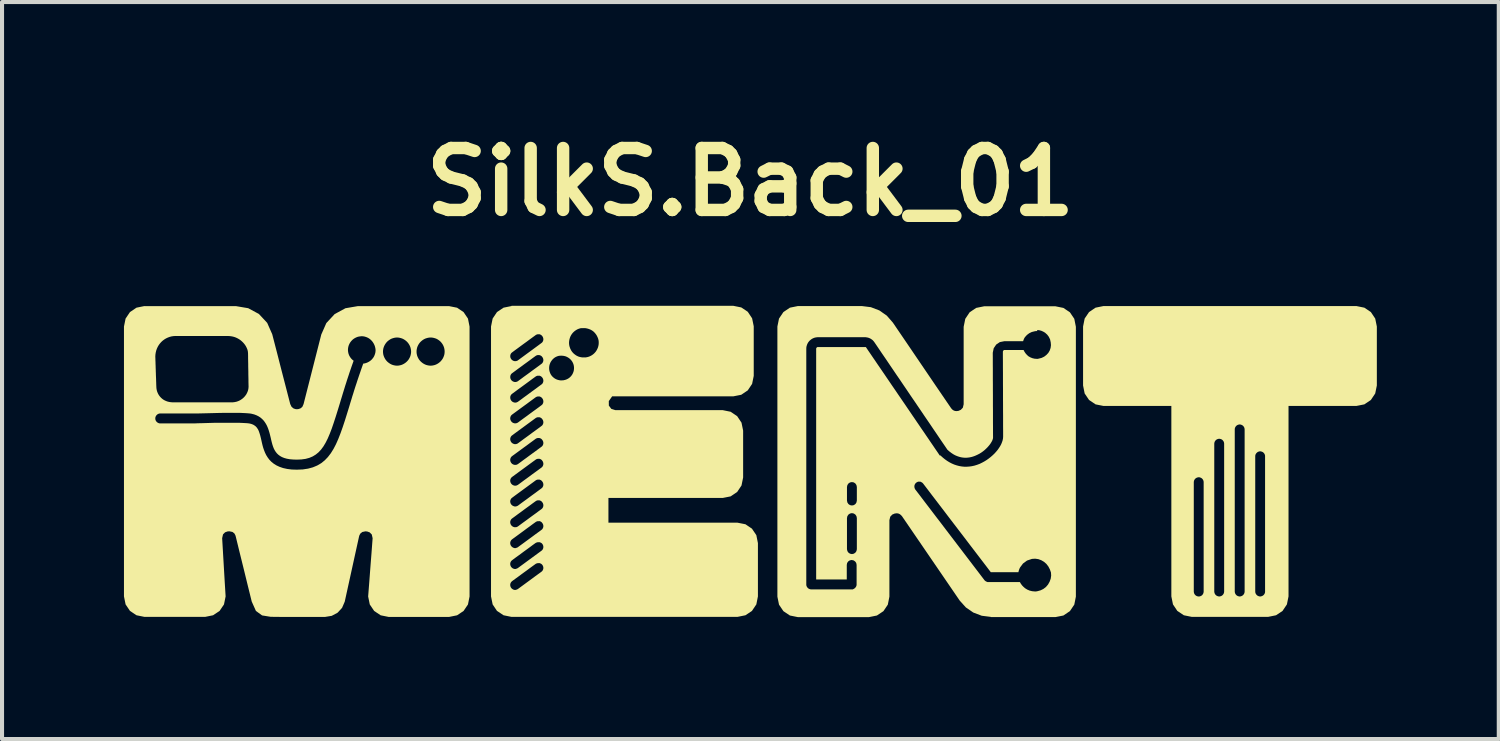
<source format=kicad_pcb>
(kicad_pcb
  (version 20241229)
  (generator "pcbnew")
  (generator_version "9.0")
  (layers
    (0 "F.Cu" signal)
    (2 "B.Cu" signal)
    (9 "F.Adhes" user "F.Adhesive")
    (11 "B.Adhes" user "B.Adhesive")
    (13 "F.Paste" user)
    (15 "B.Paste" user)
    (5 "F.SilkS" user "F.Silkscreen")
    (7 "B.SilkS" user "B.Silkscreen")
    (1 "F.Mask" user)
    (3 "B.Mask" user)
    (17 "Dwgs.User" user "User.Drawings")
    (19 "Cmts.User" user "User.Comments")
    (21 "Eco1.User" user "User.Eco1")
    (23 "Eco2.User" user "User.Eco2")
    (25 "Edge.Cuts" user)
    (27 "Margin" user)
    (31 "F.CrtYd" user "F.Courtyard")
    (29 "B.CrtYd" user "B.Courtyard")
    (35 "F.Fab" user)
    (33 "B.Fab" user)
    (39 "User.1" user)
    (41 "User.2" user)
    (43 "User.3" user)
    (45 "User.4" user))
  (footprint "SilkS.Back_01"
    (layer "F.Cu")
    (at 15.413 8.304)
    (property "Reference" "SilkS.Back_01" (at 0 -6.878 0) (layer "F.SilkS") (effects (font (size 1.524 1.524) (thickness 0.305))))
    (attr smd)
    (fp_poly (pts (xy 8.688 -3.824) (xy 12.051 -0.91) (xy 12.063 -0.907) (xy 12.074 -0.904) (xy 12.085 -0.9) (xy 12.096 -0.895) (xy 12.106 -0.889) (xy 12.115 -0.882) (xy 12.124 -0.874) (xy 12.132 -0.865) (xy 12.139 -0.856) (xy 12.145 -0.846) (xy 12.15 -0.836) (xy 12.154 -0.825) (xy 12.157 -0.813) (xy 12.159 -0.801) (xy 12.16 -0.788) (xy 12.16 -0.664) (xy 12.16 -0.539) (xy 12.16 -0.415) (xy 12.16 -0.29) (xy 12.16 -0.165) (xy 12.16 -0.041) (xy 12.16 0.084) (xy 12.16 0.208) (xy 12.16 0.333) (xy 12.16 0.458) (xy 12.16 0.582) (xy 12.16 0.707) (xy 12.16 0.831) (xy 12.16 0.956) (xy 12.16 1.081) (xy 12.16 1.205) (xy 12.16 1.33) (xy 12.16 1.455) (xy 12.16 1.579) (xy 12.16 1.704) (xy 12.16 1.828) (xy 12.16 1.953) (xy 12.16 2.078) (xy 12.16 2.202) (xy 12.16 2.327) (xy 12.16 2.451) (xy 12.16 2.576) (xy 12.16 2.701) (xy 12.16 2.825) (xy 12.16 2.95) (xy 12.16 3.074) (xy 12.16 3.199) (xy 12.159 3.212) (xy 12.157 3.224) (xy 12.154 3.235) (xy 12.15 3.246) (xy 12.145 3.257) (xy 12.139 3.267) (xy 12.132 3.276) (xy 12.124 3.285) (xy 12.115 3.293) (xy 12.106 3.3) (xy 12.096 3.306) (xy 12.085 3.311) (xy 12.074 3.315) (xy 12.063 3.318) (xy 12.051 3.321) (xy 12.038 3.321) (xy 12.026 3.321) (xy 12.014 3.318) (xy 12.002 3.315) (xy 11.991 3.311) (xy 11.981 3.306) (xy 11.971 3.3) (xy 11.961 3.293) (xy 11.953 3.285) (xy 11.945 3.276) (xy 11.938 3.267) (xy 11.932 3.257) (xy 11.927 3.246) (xy 11.923 3.235) (xy 11.92 3.224) (xy 11.918 3.212) (xy 11.917 3.199) (xy 11.917 3.074) (xy 11.917 2.95) (xy 11.917 2.825) (xy 11.917 2.701) (xy 11.917 2.576) (xy 11.917 2.451) (xy 11.917 2.327) (xy 11.917 2.202) (xy 11.917 2.078) (xy 11.917 1.953) (xy 11.917 1.828) (xy 11.917 1.704) (xy 11.917 1.579) (xy 11.917 1.455) (xy 11.917 1.33) (xy 11.917 1.205) (xy 11.917 1.081) (xy 11.917 0.956) (xy 11.917 0.831) (xy 11.917 0.707) (xy 11.917 0.582) (xy 11.917 0.458) (xy 11.917 0.333) (xy 11.917 0.208) (xy 11.917 0.084) (xy 11.917 -0.041) (xy 11.917 -0.165) (xy 11.917 -0.29) (xy 11.917 -0.415) (xy 11.917 -0.539) (xy 11.917 -0.664) (xy 11.917 -0.788) (xy 11.918 -0.801) (xy 11.919 -0.813) (xy 11.922 -0.825) (xy 11.927 -0.836) (xy 11.932 -0.846) (xy 11.938 -0.856) (xy 11.945 -0.866) (xy 11.953 -0.874) (xy 11.961 -0.882) (xy 11.971 -0.889) (xy 11.98 -0.895) (xy 11.991 -0.9) (xy 12.002 -0.904) (xy 12.014 -0.907) (xy 12.026 -0.91) (xy 12.038 -0.91) (xy 12.038 -0.91) (xy 12.051 -0.91) (xy 8.688 -3.824) (xy 11.547 -0.558) (xy 11.559 -0.555) (xy 11.571 -0.552) (xy 11.582 -0.548) (xy 11.593 -0.543) (xy 11.603 -0.537) (xy 11.612 -0.53) (xy 11.62 -0.522) (xy 11.628 -0.513) (xy 11.635 -0.504) (xy 11.641 -0.494) (xy 11.646 -0.484) (xy 11.65 -0.473) (xy 11.653 -0.461) (xy 11.655 -0.449) (xy 11.656 -0.436) (xy 11.656 -0.323) (xy 11.656 -0.209) (xy 11.656 -0.096) (xy 11.656 0.018) (xy 11.656 0.132) (xy 11.656 0.245) (xy 11.656 0.359) (xy 11.656 0.472) (xy 11.656 0.586) (xy 11.656 0.7) (xy 11.656 0.813) (xy 11.656 0.927) (xy 11.656 1.041) (xy 11.656 1.154) (xy 11.656 1.268) (xy 11.656 1.381) (xy 11.656 1.495) (xy 11.656 1.609) (xy 11.656 1.722) (xy 11.656 1.836) (xy 11.656 1.95) (xy 11.656 2.063) (xy 11.656 2.177) (xy 11.656 2.29) (xy 11.656 2.404) (xy 11.656 2.518) (xy 11.656 2.631) (xy 11.656 2.745) (xy 11.656 2.858) (xy 11.656 2.972) (xy 11.656 3.086) (xy 11.656 3.199) (xy 11.655 3.212) (xy 11.653 3.224) (xy 11.65 3.235) (xy 11.646 3.246) (xy 11.641 3.257) (xy 11.635 3.267) (xy 11.628 3.276) (xy 11.62 3.285) (xy 11.612 3.293) (xy 11.602 3.3) (xy 11.593 3.306) (xy 11.582 3.311) (xy 11.571 3.315) (xy 11.559 3.318) (xy 11.547 3.321) (xy 11.535 3.321) (xy 11.523 3.321) (xy 11.511 3.318) (xy 11.499 3.315) (xy 11.488 3.311) (xy 11.477 3.306) (xy 11.467 3.3) (xy 11.458 3.293) (xy 11.449 3.285) (xy 11.441 3.276) (xy 11.434 3.267) (xy 11.428 3.257) (xy 11.423 3.246) (xy 11.419 3.235) (xy 11.416 3.224) (xy 11.414 3.212) (xy 11.413 3.199) (xy 11.413 3.086) (xy 11.413 2.972) (xy 11.413 2.858) (xy 11.413 2.745) (xy 11.413 2.631) (xy 11.413 2.518) (xy 11.413 2.404) (xy 11.413 2.29) (xy 11.413 2.177) (xy 11.413 2.063) (xy 11.413 1.95) (xy 11.413 1.836) (xy 11.413 1.722) (xy 11.413 1.609) (xy 11.413 1.495) (xy 11.413 1.381) (xy 11.413 1.268) (xy 11.413 1.154) (xy 11.413 1.041) (xy 11.413 0.927) (xy 11.413 0.813) (xy 11.413 0.7) (xy 11.413 0.586) (xy 11.413 0.472) (xy 11.413 0.359) (xy 11.413 0.245) (xy 11.413 0.132) (xy 11.413 0.018) (xy 11.413 -0.096) (xy 11.413 -0.209) (xy 11.413 -0.323) (xy 11.413 -0.436) (xy 11.414 -0.449) (xy 11.416 -0.461) (xy 11.419 -0.473) (xy 11.423 -0.484) (xy 11.428 -0.494) (xy 11.434 -0.504) (xy 11.441 -0.513) (xy 11.449 -0.522) (xy 11.458 -0.53) (xy 11.467 -0.537) (xy 11.477 -0.543) (xy 11.488 -0.548) (xy 11.499 -0.552) (xy 11.511 -0.555) (xy 11.523 -0.558) (xy 11.535 -0.558) (xy 11.535 -0.558) (xy 11.547 -0.558) (xy 8.688 -3.824) (xy 8.492 -3.784) (xy 8.332 -3.676) (xy 8.224 -3.516) (xy 8.185 -3.32) (xy 8.185 -2.957) (xy 8.185 -2.595) (xy 8.185 -2.232) (xy 8.185 -1.869) (xy 8.224 -1.673) (xy 8.332 -1.513) (xy 8.492 -1.405) (xy 8.688 -1.366) (xy 9.105 -1.366) (xy 9.523 -1.366) (xy 9.94 -1.366) (xy 10.357 -1.366) (xy 11.031 0.389) (xy 11.044 0.389) (xy 11.056 0.391) (xy 11.067 0.395) (xy 11.078 0.399) (xy 11.089 0.404) (xy 11.099 0.41) (xy 11.108 0.417) (xy 11.117 0.425) (xy 11.124 0.433) (xy 11.131 0.443) (xy 11.137 0.453) (xy 11.142 0.463) (xy 11.146 0.474) (xy 11.149 0.486) (xy 11.151 0.498) (xy 11.152 0.511) (xy 11.152 0.679) (xy 11.152 0.847) (xy 11.152 1.015) (xy 11.152 1.183) (xy 11.152 1.351) (xy 11.152 1.519) (xy 11.152 1.687) (xy 11.152 1.855) (xy 11.152 2.023) (xy 11.152 2.191) (xy 11.152 2.359) (xy 11.152 2.527) (xy 11.152 2.695) (xy 11.152 2.863) (xy 11.152 3.031) (xy 11.152 3.199) (xy 11.151 3.212) (xy 11.149 3.224) (xy 11.146 3.235) (xy 11.142 3.247) (xy 11.137 3.258) (xy 11.131 3.268) (xy 11.124 3.277) (xy 11.117 3.286) (xy 11.108 3.294) (xy 11.099 3.301) (xy 11.089 3.307) (xy 11.078 3.312) (xy 11.067 3.316) (xy 11.056 3.319) (xy 11.044 3.322) (xy 11.031 3.322) (xy 11.019 3.322) (xy 11.007 3.319) (xy 10.995 3.316) (xy 10.984 3.312) (xy 10.973 3.307) (xy 10.963 3.301) (xy 10.954 3.294) (xy 10.945 3.286) (xy 10.937 3.277) (xy 10.93 3.268) (xy 10.924 3.258) (xy 10.919 3.247) (xy 10.915 3.235) (xy 10.912 3.224) (xy 10.91 3.212) (xy 10.909 3.199) (xy 10.909 3.031) (xy 10.909 2.863) (xy 10.909 2.695) (xy 10.909 2.527) (xy 10.909 2.359) (xy 10.909 2.191) (xy 10.909 2.023) (xy 10.909 1.855) (xy 10.909 1.687) (xy 10.909 1.519) (xy 10.909 1.351) (xy 10.909 1.183) (xy 10.909 1.015) (xy 10.909 0.847) (xy 10.909 0.679) (xy 10.909 0.511) (xy 10.91 0.498) (xy 10.912 0.486) (xy 10.915 0.474) (xy 10.919 0.463) (xy 10.924 0.453) (xy 10.93 0.443) (xy 10.937 0.433) (xy 10.945 0.425) (xy 10.954 0.417) (xy 10.963 0.41) (xy 10.973 0.404) (xy 10.984 0.399) (xy 10.995 0.395) (xy 11.007 0.392) (xy 11.019 0.389) (xy 11.031 0.389) (xy 11.031 0.389) (xy 10.357 -1.366) (xy 10.357 -0.78) (xy 10.357 -0.194) (xy 10.357 0.392) (xy 10.357 0.977) (xy 10.357 1.563) (xy 10.357 2.149) (xy 10.357 2.735) (xy 10.357 3.32) (xy 10.397 3.517) (xy 12.554 3.321) (xy 12.542 3.321) (xy 12.53 3.321) (xy 12.518 3.318) (xy 12.506 3.315) (xy 12.495 3.311) (xy 12.484 3.305) (xy 12.474 3.3) (xy 12.465 3.293) (xy 12.457 3.285) (xy 12.449 3.276) (xy 12.442 3.267) (xy 12.436 3.257) (xy 12.43 3.246) (xy 12.426 3.235) (xy 12.423 3.223) (xy 12.422 3.211) (xy 12.421 3.199) (xy 12.421 3.095) (xy 12.421 2.991) (xy 12.421 2.887) (xy 12.421 2.783) (xy 12.421 2.679) (xy 12.421 2.575) (xy 12.421 2.471) (xy 12.421 2.367) (xy 12.421 2.263) (xy 12.421 2.159) (xy 12.421 2.055) (xy 12.421 1.952) (xy 12.421 1.848) (xy 12.421 1.744) (xy 12.421 1.64) (xy 12.421 1.536) (xy 12.421 1.432) (xy 12.421 1.328) (xy 12.421 1.224) (xy 12.421 1.12) (xy 12.421 1.016) (xy 12.421 0.912) (xy 12.421 0.808) (xy 12.421 0.704) (xy 12.421 0.6) (xy 12.421 0.496) (xy 12.421 0.392) (xy 12.421 0.289) (xy 12.421 0.185) (xy 12.421 0.081) (xy 12.421 -0.023) (xy 12.421 -0.127) (xy 12.422 -0.14) (xy 12.423 -0.152) (xy 12.426 -0.163) (xy 12.43 -0.174) (xy 12.436 -0.185) (xy 12.442 -0.195) (xy 12.449 -0.204) (xy 12.457 -0.212) (xy 12.465 -0.22) (xy 12.474 -0.227) (xy 12.484 -0.234) (xy 12.495 -0.239) (xy 12.506 -0.243) (xy 12.518 -0.246) (xy 12.53 -0.249) (xy 12.542 -0.249) (xy 12.542 -0.249) (xy 12.554 -0.249) (xy 12.566 -0.246) (xy 12.578 -0.243) (xy 12.589 -0.239) (xy 12.6 -0.234) (xy 12.61 -0.228) (xy 12.619 -0.221) (xy 12.628 -0.213) (xy 12.636 -0.204) (xy 12.643 -0.195) (xy 12.649 -0.185) (xy 12.654 -0.174) (xy 12.658 -0.163) (xy 12.661 -0.152) (xy 12.663 -0.139) (xy 12.663 -0.127) (xy 12.663 -0.023) (xy 12.663 0.081) (xy 12.663 0.185) (xy 12.663 0.289) (xy 12.663 0.393) (xy 12.663 0.497) (xy 12.663 0.601) (xy 12.663 0.705) (xy 12.663 0.808) (xy 12.663 0.912) (xy 12.663 1.016) (xy 12.663 1.12) (xy 12.663 1.224) (xy 12.663 1.328) (xy 12.663 1.432) (xy 12.663 1.536) (xy 12.663 1.64) (xy 12.663 1.744) (xy 12.663 1.848) (xy 12.663 1.952) (xy 12.663 2.056) (xy 12.663 2.16) (xy 12.663 2.264) (xy 12.663 2.368) (xy 12.663 2.472) (xy 12.663 2.575) (xy 12.663 2.679) (xy 12.663 2.783) (xy 12.663 2.887) (xy 12.663 2.991) (xy 12.663 3.095) (xy 12.663 3.199) (xy 12.663 3.212) (xy 12.661 3.224) (xy 12.658 3.235) (xy 12.654 3.246) (xy 12.649 3.257) (xy 12.643 3.267) (xy 12.636 3.276) (xy 12.628 3.285) (xy 12.619 3.293) (xy 12.61 3.3) (xy 12.6 3.305) (xy 12.589 3.311) (xy 12.578 3.315) (xy 12.566 3.318) (xy 12.554 3.321) (xy 10.397 3.517) (xy 10.504 3.677) (xy 10.664 3.784) (xy 10.861 3.824) (xy 11.33 3.824) (xy 11.798 3.824) (xy 12.267 3.824) (xy 12.736 3.824) (xy 12.933 3.784) (xy 13.093 3.677) (xy 13.2 3.517) (xy 13.24 3.32) (xy 13.24 2.735) (xy 13.24 2.149) (xy 13.24 1.563) (xy 13.24 0.977) (xy 13.24 0.392) (xy 13.24 -0.194) (xy 13.24 -0.78) (xy 13.24 -1.366) (xy 13.657 -1.366) (xy 14.074 -1.366) (xy 14.492 -1.366) (xy 14.909 -1.366) (xy 15.106 -1.405) (xy 15.266 -1.513) (xy 15.373 -1.673) (xy 15.413 -1.869) (xy 15.413 -2.232) (xy 15.413 -2.595) (xy 15.413 -2.957) (xy 15.413 -3.32) (xy 15.373 -3.516) (xy 15.266 -3.676) (xy 15.106 -3.784) (xy 14.909 -3.824) (xy 14.391 -3.824) (xy 13.872 -3.824) (xy 13.354 -3.824) (xy 12.835 -3.824) (xy 12.317 -3.824) (xy 11.798 -3.824) (xy 11.28 -3.824) (xy 10.762 -3.824) (xy 10.243 -3.824) (xy 9.725 -3.824) (xy 9.206 -3.824) (xy 8.688 -3.824)) (stroke (width 0) (type solid)) (fill yes) (layer "F.SilkS"))
    (fp_poly (pts (xy -14.908 -3.824) (xy -15.105 -3.784) (xy -14.058 -3.087) (xy -13.978 -3.087) (xy -13.897 -3.087) (xy -13.817 -3.087) (xy -13.736 -3.087) (xy -13.656 -3.087) (xy -13.575 -3.087) (xy -13.495 -3.087) (xy -13.414 -3.087) (xy -13.334 -3.087) (xy -13.254 -3.087) (xy -13.173 -3.087) (xy -13.093 -3.087) (xy -13.012 -3.087) (xy -12.932 -3.087) (xy -12.851 -3.087) (xy -12.812 -3.085) (xy -12.773 -3.08) (xy -12.735 -3.073) (xy -12.698 -3.063) (xy -12.662 -3.05) (xy -12.627 -3.034) (xy -12.594 -3.016) (xy -12.562 -2.996) (xy -12.532 -2.973) (xy -12.504 -2.948) (xy -12.477 -2.921) (xy -12.453 -2.893) (xy -12.43 -2.862) (xy -12.41 -2.829) (xy -12.393 -2.795) (xy -12.378 -2.759) (xy -12.376 -2.753) (xy -12.374 -2.746) (xy -12.372 -2.739) (xy -12.37 -2.732) (xy -12.368 -2.725) (xy -12.367 -2.718) (xy -12.366 -2.711) (xy -12.364 -2.703) (xy -12.363 -2.696) (xy -12.363 -2.688) (xy -12.362 -2.68) (xy -12.361 -2.672) (xy -12.361 -2.664) (xy -12.36 -2.655) (xy -12.36 -2.647) (xy -12.36 -2.638) (xy -12.359 -2.59) (xy -12.359 -2.541) (xy -12.358 -2.493) (xy -12.357 -2.445) (xy -12.356 -2.397) (xy -12.356 -2.349) (xy -12.355 -2.301) (xy -12.354 -2.253) (xy -12.353 -2.205) (xy -12.353 -2.156) (xy -12.352 -2.108) (xy -12.351 -2.06) (xy -12.35 -2.012) (xy -12.35 -1.964) (xy -12.349 -1.916) (xy -12.348 -1.868) (xy -12.347 -1.847) (xy -12.348 -1.827) (xy -12.35 -1.807) (xy -12.352 -1.787) (xy -12.356 -1.768) (xy -12.361 -1.749) (xy -12.367 -1.73) (xy -12.374 -1.711) (xy -12.382 -1.693) (xy -12.391 -1.675) (xy -12.4 -1.657) (xy -12.411 -1.64) (xy -12.423 -1.624) (xy -12.435 -1.608) (xy -12.449 -1.592) (xy -12.463 -1.577) (xy -12.478 -1.563) (xy -12.494 -1.549) (xy -12.51 -1.537) (xy -12.527 -1.525) (xy -12.544 -1.514) (xy -12.561 -1.504) (xy -12.579 -1.495) (xy -12.597 -1.487) (xy -12.616 -1.48) (xy -12.635 -1.473) (xy -12.654 -1.468) (xy -12.674 -1.464) (xy -12.694 -1.46) (xy -12.714 -1.458) (xy -12.734 -1.455) (xy -12.754 -1.455) (xy -12.846 -1.455) (xy -12.937 -1.455) (xy -13.029 -1.455) (xy -13.12 -1.455) (xy -13.211 -1.455) (xy -13.303 -1.455) (xy -13.394 -1.455) (xy -13.486 -1.455) (xy -13.577 -1.455) (xy -13.669 -1.455) (xy -13.76 -1.455) (xy -13.851 -1.455) (xy -13.943 -1.455) (xy -14.034 -1.455) (xy -14.126 -1.455) (xy -14.217 -1.455) (xy -14.259 -1.458) (xy -14.299 -1.464) (xy -14.337 -1.473) (xy -14.374 -1.486) (xy -14.41 -1.502) (xy -14.443 -1.521) (xy -14.473 -1.543) (xy -14.501 -1.568) (xy -14.527 -1.596) (xy -14.55 -1.626) (xy -14.57 -1.659) (xy -14.586 -1.693) (xy -14.6 -1.73) (xy -14.609 -1.768) (xy -14.615 -1.808) (xy -14.617 -1.85) (xy -14.619 -1.895) (xy -14.62 -1.941) (xy -14.622 -1.986) (xy -14.623 -2.032) (xy -14.625 -2.077) (xy -14.627 -2.123) (xy -14.628 -2.168) (xy -14.63 -2.214) (xy -14.631 -2.26) (xy -14.633 -2.305) (xy -14.634 -2.351) (xy -14.636 -2.396) (xy -14.637 -2.442) (xy -14.639 -2.487) (xy -14.64 -2.533) (xy -14.642 -2.578) (xy -14.639 -2.631) (xy -14.631 -2.682) (xy -14.619 -2.731) (xy -14.602 -2.778) (xy -14.581 -2.823) (xy -14.556 -2.865) (xy -14.527 -2.904) (xy -14.495 -2.94) (xy -14.459 -2.973) (xy -14.42 -3.002) (xy -14.379 -3.027) (xy -14.335 -3.048) (xy -14.289 -3.065) (xy -14.24 -3.078) (xy -14.19 -3.085) (xy -14.138 -3.088) (xy -14.138 -3.087) (xy -14.058 -3.087) (xy -15.105 -3.784) (xy -14.64 -1.034) (xy -14.642 -1.046) (xy -14.642 -1.058) (xy -14.642 -1.071) (xy -14.64 -1.083) (xy -14.637 -1.094) (xy -14.633 -1.106) (xy -14.627 -1.116) (xy -14.621 -1.127) (xy -14.614 -1.136) (xy -14.606 -1.145) (xy -14.598 -1.152) (xy -14.588 -1.16) (xy -14.578 -1.166) (xy -14.568 -1.171) (xy -14.557 -1.175) (xy -14.545 -1.178) (xy -14.533 -1.181) (xy -14.52 -1.181) (xy -14.468 -1.181) (xy -14.416 -1.181) (xy -14.364 -1.181) (xy -14.312 -1.181) (xy -14.257 -1.181) (xy -14.2 -1.181) (xy -14.143 -1.181) (xy -14.085 -1.181) (xy -14.026 -1.181) (xy -13.966 -1.181) (xy -13.906 -1.181) (xy -13.846 -1.181) (xy -13.785 -1.181) (xy -13.725 -1.181) (xy -13.664 -1.181) (xy -13.604 -1.181) (xy -13.47 -1.184) (xy -13.344 -1.187) (xy -13.223 -1.19) (xy -13.109 -1.193) (xy -13.002 -1.195) (xy -12.901 -1.195) (xy -12.807 -1.195) (xy -12.72 -1.196) (xy -12.64 -1.196) (xy -12.566 -1.196) (xy -12.499 -1.193) (xy -12.439 -1.19) (xy -12.386 -1.187) (xy -12.34 -1.183) (xy -12.301 -1.179) (xy -12.269 -1.173) (xy -12.207 -1.157) (xy -12.152 -1.136) (xy -12.102 -1.111) (xy -12.057 -1.082) (xy -12.018 -1.049) (xy -11.983 -1.014) (xy -11.953 -0.976) (xy -11.926 -0.935) (xy -11.902 -0.893) (xy -11.882 -0.849) (xy -11.864 -0.804) (xy -11.849 -0.759) (xy -11.835 -0.713) (xy -11.823 -0.668) (xy -11.812 -0.623) (xy -11.801 -0.579) (xy -11.789 -0.524) (xy -11.776 -0.471) (xy -11.762 -0.419) (xy -11.746 -0.37) (xy -11.728 -0.323) (xy -11.706 -0.279) (xy -11.68 -0.238) (xy -11.65 -0.2) (xy -11.615 -0.166) (xy -11.573 -0.135) (xy -11.525 -0.108) (xy -11.47 -0.086) (xy -11.406 -0.068) (xy -11.333 -0.055) (xy -11.251 -0.048) (xy -11.159 -0.045) (xy -11.046 -0.05) (xy -10.944 -0.064) (xy -10.852 -0.089) (xy -10.769 -0.124) (xy -10.694 -0.17) (xy -10.625 -0.226) (xy -10.562 -0.294) (xy -10.504 -0.373) (xy -10.45 -0.464) (xy -10.399 -0.566) (xy -10.35 -0.681) (xy -10.301 -0.808) (xy -10.253 -0.948) (xy -10.203 -1.101) (xy -10.151 -1.267) (xy -10.096 -1.447) (xy -10.079 -1.505) (xy -10.061 -1.563) (xy -10.043 -1.622) (xy -10.025 -1.682) (xy -10.006 -1.743) (xy -9.987 -1.805) (xy -9.968 -1.867) (xy -9.947 -1.931) (xy -9.927 -1.996) (xy -9.905 -2.062) (xy -9.883 -2.128) (xy -9.861 -2.196) (xy -9.837 -2.265) (xy -9.813 -2.335) (xy -9.788 -2.406) (xy -9.762 -2.479) (xy -9.778 -2.49) (xy -9.793 -2.503) (xy -9.807 -2.516) (xy -9.82 -2.53) (xy -9.832 -2.545) (xy -9.844 -2.561) (xy -9.854 -2.577) (xy -9.864 -2.594) (xy -9.873 -2.611) (xy -9.88 -2.629) (xy -9.887 -2.648) (xy -9.892 -2.667) (xy -9.896 -2.686) (xy -9.899 -2.705) (xy -9.901 -2.725) (xy -9.902 -2.746) (xy -9.9 -2.78) (xy -9.895 -2.812) (xy -9.887 -2.844) (xy -9.875 -2.875) (xy -9.861 -2.904) (xy -9.844 -2.932) (xy -9.825 -2.957) (xy -9.803 -2.981) (xy -9.78 -3.003) (xy -9.754 -3.022) (xy -9.726 -3.039) (xy -9.697 -3.053) (xy -9.667 -3.065) (xy -9.635 -3.073) (xy -9.602 -3.078) (xy -9.568 -3.081) (xy -9.568 -3.082) (xy -9.534 -3.08) (xy -9.5 -3.075) (xy -9.468 -3.066) (xy -9.437 -3.055) (xy -9.407 -3.041) (xy -9.379 -3.024) (xy -9.353 -3.004) (xy -9.329 -2.982) (xy -9.307 -2.958) (xy -9.287 -2.931) (xy -9.27 -2.904) (xy -9.255 -2.874) (xy -9.242 -2.843) (xy -9.233 -2.81) (xy -9.226 -2.776) (xy -9.222 -2.741) (xy -9.224 -2.709) (xy -9.228 -2.677) (xy -9.236 -2.647) (xy -9.246 -2.618) (xy -9.258 -2.59) (xy -9.273 -2.563) (xy -9.291 -2.539) (xy -9.31 -2.515) (xy -9.332 -2.494) (xy -9.355 -2.475) (xy -9.38 -2.458) (xy -9.407 -2.443) (xy -9.435 -2.43) (xy -9.464 -2.42) (xy -9.494 -2.412) (xy -9.526 -2.408) (xy -9.552 -2.335) (xy -9.577 -2.264) (xy -9.601 -2.193) (xy -9.625 -2.124) (xy -9.648 -2.056) (xy -9.671 -1.988) (xy -9.692 -1.922) (xy -9.714 -1.857) (xy -9.735 -1.792) (xy -9.755 -1.729) (xy -9.774 -1.666) (xy -9.794 -1.605) (xy -9.812 -1.544) (xy -9.83 -1.485) (xy -9.848 -1.427) (xy -9.865 -1.369) (xy -9.922 -1.184) (xy -9.976 -1.011) (xy -10.03 -0.848) (xy -10.084 -0.696) (xy -10.139 -0.556) (xy -10.196 -0.426) (xy -10.257 -0.309) (xy -10.323 -0.203) (xy -10.395 -0.109) (xy -10.473 -0.028) (xy -10.56 0.042) (xy -10.657 0.099) (xy -10.764 0.144) (xy -10.882 0.176) (xy -11.013 0.196) (xy -11.159 0.202) (xy -11.285 0.198) (xy -11.397 0.184) (xy -11.497 0.162) (xy -11.585 0.132) (xy -11.662 0.096) (xy -11.729 0.054) (xy -11.787 0.007) (xy -11.837 -0.045) (xy -11.878 -0.1) (xy -11.914 -0.158) (xy -11.943 -0.218) (xy -11.967 -0.279) (xy -11.988 -0.34) (xy -12.005 -0.402) (xy -12.019 -0.462) (xy -12.032 -0.52) (xy -12.042 -0.564) (xy -12.052 -0.605) (xy -12.062 -0.644) (xy -12.073 -0.681) (xy -12.084 -0.714) (xy -12.095 -0.746) (xy -12.108 -0.775) (xy -12.123 -0.801) (xy -12.139 -0.826) (xy -12.156 -0.847) (xy -12.176 -0.867) (xy -12.199 -0.884) (xy -12.224 -0.9) (xy -12.252 -0.913) (xy -12.283 -0.924) (xy -12.318 -0.933) (xy -12.349 -0.938) (xy -12.391 -0.942) (xy -12.442 -0.945) (xy -12.501 -0.948) (xy -12.569 -0.951) (xy -12.643 -0.951) (xy -12.724 -0.951) (xy -12.81 -0.951) (xy -12.9 -0.951) (xy -12.995 -0.951) (xy -13.093 -0.951) (xy -13.192 -0.951) (xy -13.294 -0.948) (xy -13.396 -0.945) (xy -13.497 -0.942) (xy -13.598 -0.94) (xy -13.659 -0.937) (xy -13.719 -0.937) (xy -13.78 -0.937) (xy -13.84 -0.937) (xy -13.901 -0.937) (xy -13.961 -0.937) (xy -14.021 -0.937) (xy -14.08 -0.937) (xy -14.138 -0.937) (xy -14.196 -0.937) (xy -14.253 -0.937) (xy -14.309 -0.937) (xy -14.362 -0.937) (xy -14.415 -0.937) (xy -14.468 -0.937) (xy -14.52 -0.937) (xy -14.533 -0.937) (xy -14.545 -0.939) (xy -14.557 -0.942) (xy -14.568 -0.947) (xy -14.578 -0.952) (xy -14.588 -0.958) (xy -14.598 -0.965) (xy -14.606 -0.973) (xy -14.614 -0.981) (xy -14.621 -0.99) (xy -14.627 -1) (xy -14.633 -1.011) (xy -14.637 -1.022) (xy -14.64 -1.034) (xy -15.105 -3.784) (xy -15.265 -3.676) (xy -15.373 -3.516) (xy -15.413 -3.32) (xy -15.413 -2.766) (xy -15.413 -2.213) (xy -15.413 -1.66) (xy -15.413 -1.106) (xy -15.413 -0.553) (xy -15.413 0.000268) (xy -15.413 0.554) (xy -15.413 1.107) (xy -15.413 1.66) (xy -15.413 2.214) (xy -15.413 2.767) (xy -15.413 3.32) (xy -15.373 3.517) (xy -15.265 3.677) (xy -15.105 3.784) (xy -14.908 3.824) (xy -14.535 3.824) (xy -14.162 3.824) (xy -13.789 3.824) (xy -13.416 3.824) (xy -13.22 3.784) (xy -13.06 3.677) (xy -12.952 3.517) (xy -12.912 3.32) (xy -12.934 2.962) (xy -12.955 2.604) (xy -12.976 2.246) (xy -12.997 1.888) (xy -12.976 1.794) (xy -12.925 1.743) (xy -12.866 1.722) (xy -12.821 1.718) (xy -12.743 1.734) (xy -12.697 1.77) (xy -12.673 1.813) (xy -12.663 1.845) (xy -7.65 -2.438) (xy -7.676 -2.418) (xy -7.705 -2.4) (xy -7.735 -2.385) (xy -7.767 -2.373) (xy -7.799 -2.365) (xy -7.833 -2.359) (xy -7.868 -2.357) (xy -7.903 -2.359) (xy -7.937 -2.365) (xy -7.97 -2.373) (xy -8.002 -2.385) (xy -8.032 -2.4) (xy -8.061 -2.418) (xy -8.087 -2.438) (xy -8.112 -2.46) (xy -8.135 -2.485) (xy -8.155 -2.511) (xy -8.172 -2.54) (xy -8.187 -2.57) (xy -8.199 -2.601) (xy -8.207 -2.634) (xy -8.213 -2.668) (xy -8.214 -2.703) (xy -8.213 -2.738) (xy -8.207 -2.772) (xy -8.199 -2.805) (xy -8.187 -2.837) (xy -8.172 -2.867) (xy -8.155 -2.895) (xy -8.135 -2.922) (xy -8.112 -2.947) (xy -8.087 -2.969) (xy -8.061 -2.989) (xy -8.032 -3.007) (xy -8.002 -3.022) (xy -7.97 -3.033) (xy -7.937 -3.042) (xy -7.903 -3.048) (xy -7.868 -3.05) (xy -7.868 -3.05) (xy -7.832 -3.048) (xy -7.798 -3.042) (xy -7.764 -3.033) (xy -7.732 -3.022) (xy -7.702 -3.007) (xy -7.674 -2.989) (xy -7.647 -2.969) (xy -7.623 -2.947) (xy -7.601 -2.922) (xy -7.581 -2.895) (xy -7.564 -2.867) (xy -7.55 -2.837) (xy -7.538 -2.805) (xy -7.53 -2.772) (xy -7.525 -2.738) (xy -7.523 -2.703) (xy -7.525 -2.668) (xy -7.53 -2.634) (xy -7.539 -2.601) (xy -7.551 -2.57) (xy -7.565 -2.54) (xy -7.583 -2.511) (xy -7.603 -2.485) (xy -7.625 -2.46) (xy -7.65 -2.438) (xy -12.663 1.845) (xy -12.565 2.246) (xy -12.466 2.646) (xy -8.428 -2.485) (xy -8.451 -2.46) (xy -8.475 -2.438) (xy -8.502 -2.418) (xy -8.531 -2.4) (xy -8.561 -2.385) (xy -8.592 -2.373) (xy -8.625 -2.365) (xy -8.659 -2.359) (xy -8.694 -2.357) (xy -8.729 -2.359) (xy -8.763 -2.365) (xy -8.796 -2.373) (xy -8.828 -2.385) (xy -8.858 -2.4) (xy -8.886 -2.418) (xy -8.913 -2.438) (xy -8.938 -2.46) (xy -8.96 -2.485) (xy -8.98 -2.511) (xy -8.997 -2.54) (xy -9.012 -2.57) (xy -9.024 -2.601) (xy -9.033 -2.634) (xy -9.038 -2.668) (xy -9.04 -2.703) (xy -9.038 -2.738) (xy -9.033 -2.772) (xy -9.024 -2.805) (xy -9.012 -2.837) (xy -8.997 -2.867) (xy -8.98 -2.895) (xy -8.96 -2.922) (xy -8.938 -2.947) (xy -8.913 -2.969) (xy -8.886 -2.989) (xy -8.858 -3.007) (xy -8.828 -3.022) (xy -8.796 -3.033) (xy -8.763 -3.042) (xy -8.729 -3.048) (xy -8.694 -3.05) (xy -8.659 -3.048) (xy -8.625 -3.042) (xy -8.592 -3.033) (xy -8.561 -3.022) (xy -8.531 -3.007) (xy -8.502 -2.989) (xy -8.475 -2.969) (xy -8.451 -2.947) (xy -8.428 -2.922) (xy -8.408 -2.895) (xy -8.391 -2.867) (xy -8.376 -2.837) (xy -8.364 -2.805) (xy -8.356 -2.772) (xy -8.35 -2.738) (xy -8.348 -2.703) (xy -8.35 -2.668) (xy -8.356 -2.634) (xy -8.364 -2.601) (xy -8.376 -2.57) (xy -8.391 -2.54) (xy -8.408 -2.511) (xy -8.428 -2.485) (xy -12.466 2.646) (xy -12.368 3.047) (xy -12.269 3.448) (xy -12.166 3.678) (xy -12.014 3.788) (xy -11.803 3.822) (xy -11.522 3.825) (xy -11.258 3.825) (xy -10.994 3.825) (xy -10.73 3.825) (xy -10.466 3.825) (xy -10.301 3.798) (xy -10.157 3.721) (xy -10.047 3.602) (xy -9.981 3.449) (xy -9.893 3.048) (xy -9.805 2.648) (xy -9.717 2.247) (xy -9.629 1.847) (xy -9.619 1.814) (xy -9.595 1.772) (xy -9.548 1.735) (xy -9.471 1.719) (xy -9.425 1.724) (xy -9.367 1.745) (xy -9.316 1.796) (xy -9.295 1.889) (xy -9.322 2.247) (xy -9.35 2.605) (xy -9.377 2.963) (xy -9.405 3.322) (xy -9.365 3.518) (xy -9.257 3.678) (xy -9.097 3.785) (xy -8.9 3.825) (xy -8.529 3.825) (xy -8.157 3.825) (xy -7.785 3.825) (xy -7.414 3.825) (xy -7.217 3.785) (xy -7.057 3.678) (xy -6.949 3.518) (xy -6.91 3.322) (xy -6.91 2.768) (xy -6.91 2.215) (xy -6.91 1.662) (xy -6.91 1.108) (xy -6.91 0.555) (xy -6.91 0.002) (xy -6.91 -0.552) (xy -6.91 -1.105) (xy -6.91 -1.658) (xy -6.91 -2.212) (xy -6.91 -2.765) (xy -6.91 -3.318) (xy -6.949 -3.515) (xy -7.057 -3.675) (xy -7.217 -3.783) (xy -7.414 -3.822) (xy -7.975 -3.822) (xy -8.536 -3.822) (xy -9.098 -3.822) (xy -9.659 -3.822) (xy -9.964 -3.77) (xy -10.229 -3.626) (xy -10.434 -3.405) (xy -10.558 -3.124) (xy -10.667 -2.696) (xy -10.776 -2.268) (xy -10.885 -1.84) (xy -10.994 -1.412) (xy -11.023 -1.346) (xy -11.067 -1.308) (xy -11.116 -1.29) (xy -11.159 -1.285) (xy -11.2 -1.29) (xy -11.247 -1.308) (xy -11.29 -1.346) (xy -11.322 -1.412) (xy -11.433 -1.842) (xy -11.544 -2.271) (xy -11.654 -2.701) (xy -11.765 -3.13) (xy -11.889 -3.41) (xy -12.093 -3.629) (xy -12.356 -3.771) (xy -12.657 -3.822) (xy -13.22 -3.822) (xy -13.783 -3.822) (xy -14.346 -3.822) (xy -14.908 -3.822) (xy -14.908 -3.824)) (stroke (width 0) (type solid)) (fill yes) (layer "F.SilkS"))
    (fp_poly (pts (xy 1.169 -3.824) (xy 1.375 3.025) (xy 1.375 2.904) (xy 1.375 2.784) (xy 1.375 2.663) (xy 1.375 2.542) (xy 1.375 2.421) (xy 1.375 2.301) (xy 1.375 2.18) (xy 1.375 2.059) (xy 1.375 1.938) (xy 1.375 1.818) (xy 1.375 1.697) (xy 1.375 1.576) (xy 1.375 1.455) (xy 1.375 1.335) (xy 1.375 1.214) (xy 1.375 1.093) (xy 1.375 0.972) (xy 1.375 0.852) (xy 1.375 0.731) (xy 1.375 0.61) (xy 1.375 0.489) (xy 1.375 0.368) (xy 1.375 0.248) (xy 1.375 0.127) (xy 1.375 0.006) (xy 1.375 -0.115) (xy 1.375 -0.235) (xy 1.375 -0.356) (xy 1.375 -0.477) (xy 1.375 -0.598) (xy 1.375 -0.718) (xy 1.375 -0.839) (xy 1.375 -0.96) (xy 1.375 -1.081) (xy 1.375 -1.201) (xy 1.375 -1.322) (xy 1.375 -1.443) (xy 1.375 -1.564) (xy 1.375 -1.684) (xy 1.375 -1.805) (xy 1.375 -1.926) (xy 1.375 -2.047) (xy 1.375 -2.168) (xy 1.375 -2.288) (xy 1.375 -2.409) (xy 1.375 -2.53) (xy 1.375 -2.651) (xy 1.375 -2.771) (xy 1.376 -2.801) (xy 1.38 -2.829) (xy 1.388 -2.856) (xy 1.397 -2.882) (xy 1.409 -2.907) (xy 1.423 -2.931) (xy 1.44 -2.953) (xy 1.458 -2.973) (xy 1.479 -2.991) (xy 1.501 -3.008) (xy 1.524 -3.022) (xy 1.549 -3.034) (xy 1.575 -3.044) (xy 1.603 -3.051) (xy 1.631 -3.055) (xy 1.66 -3.058) (xy 1.732 -3.058) (xy 1.804 -3.058) (xy 1.876 -3.058) (xy 1.949 -3.058) (xy 2.021 -3.058) (xy 2.093 -3.058) (xy 2.165 -3.058) (xy 2.237 -3.058) (xy 2.309 -3.058) (xy 2.381 -3.058) (xy 2.453 -3.058) (xy 2.525 -3.058) (xy 2.597 -3.058) (xy 2.669 -3.058) (xy 2.741 -3.058) (xy 2.813 -3.058) (xy 2.831 -3.058) (xy 2.849 -3.055) (xy 2.867 -3.052) (xy 2.884 -3.049) (xy 2.9 -3.045) (xy 2.917 -3.039) (xy 2.932 -3.033) (xy 2.948 -3.026) (xy 2.962 -3.017) (xy 2.977 -3.008) (xy 2.99 -2.998) (xy 3.004 -2.988) (xy 3.016 -2.976) (xy 3.028 -2.963) (xy 3.039 -2.95) (xy 3.05 -2.935) (xy 3.106 -2.853) (xy 3.162 -2.77) (xy 3.218 -2.687) (xy 3.274 -2.605) (xy 3.331 -2.522) (xy 3.387 -2.439) (xy 3.443 -2.356) (xy 3.499 -2.274) (xy 3.555 -2.191) (xy 3.611 -2.108) (xy 3.668 -2.026) (xy 3.724 -1.943) (xy 3.78 -1.86) (xy 3.836 -1.778) (xy 3.892 -1.695) (xy 3.948 -1.612) (xy 4.004 -1.53) (xy 4.061 -1.447) (xy 4.117 -1.364) (xy 4.173 -1.282) (xy 4.229 -1.199) (xy 4.285 -1.116) (xy 4.341 -1.034) (xy 4.398 -0.951) (xy 4.454 -0.868) (xy 4.51 -0.785) (xy 4.566 -0.703) (xy 4.622 -0.62) (xy 4.678 -0.537) (xy 4.734 -0.455) (xy 4.791 -0.372) (xy 4.847 -0.289) (xy 4.896 -0.246) (xy 4.945 -0.209) (xy 4.993 -0.177) (xy 5.041 -0.151) (xy 5.089 -0.131) (xy 5.136 -0.115) (xy 5.182 -0.103) (xy 5.227 -0.096) (xy 5.271 -0.092) (xy 5.314 -0.092) (xy 5.355 -0.095) (xy 5.396 -0.101) (xy 5.434 -0.109) (xy 5.471 -0.119) (xy 5.506 -0.131) (xy 5.539 -0.144) (xy 5.587 -0.166) (xy 5.634 -0.19) (xy 5.678 -0.217) (xy 5.719 -0.246) (xy 5.757 -0.276) (xy 5.792 -0.308) (xy 5.825 -0.34) (xy 5.854 -0.372) (xy 5.881 -0.404) (xy 5.904 -0.435) (xy 5.923 -0.465) (xy 5.94 -0.494) (xy 5.953 -0.521) (xy 5.962 -0.546) (xy 5.968 -0.568) (xy 5.97 -0.587) (xy 5.969 -0.717) (xy 5.969 -0.847) (xy 5.968 -0.978) (xy 5.968 -1.108) (xy 5.968 -1.239) (xy 5.967 -1.369) (xy 5.967 -1.5) (xy 5.967 -1.63) (xy 5.966 -1.761) (xy 5.966 -1.891) (xy 5.965 -2.022) (xy 5.965 -2.152) (xy 5.965 -2.283) (xy 5.964 -2.413) (xy 5.964 -2.544) (xy 5.963 -2.674) (xy 5.986 -2.785) (xy 6.047 -2.876) (xy 6.137 -2.937) (xy 6.248 -2.959) (xy 6.364 -2.959) (xy 6.479 -2.959) (xy 6.594 -2.959) (xy 6.709 -2.959) (xy 6.719 -2.986) (xy 6.729 -3.013) (xy 6.742 -3.039) (xy 6.758 -3.062) (xy 6.804 -3.113) (xy 6.86 -3.155) (xy 6.922 -3.185) (xy 6.989 -3.202) (xy 7.006 -3.205) (xy 7.023 -3.208) (xy 7.04 -3.208) (xy 7.057 -3.208) (xy 7.057 -3.235) (xy 7.107 -3.229) (xy 7.157 -3.216) (xy 7.204 -3.195) (xy 7.25 -3.168) (xy 7.301 -3.122) (xy 7.342 -3.068) (xy 7.373 -3.004) (xy 7.389 -2.931) (xy 7.395 -2.862) (xy 7.386 -2.794) (xy 7.364 -2.729) (xy 7.329 -2.67) (xy 7.282 -2.62) (xy 7.227 -2.578) (xy 7.164 -2.548) (xy 7.098 -2.531) (xy 7.084 -2.528) (xy 7.071 -2.525) (xy 7.057 -2.525) (xy 7.043 -2.525) (xy 6.989 -2.529) (xy 6.936 -2.542) (xy 6.885 -2.563) (xy 6.837 -2.591) (xy 6.802 -2.624) (xy 6.77 -2.66) (xy 6.743 -2.7) (xy 6.721 -2.743) (xy 6.605 -2.743) (xy 6.488 -2.743) (xy 6.371 -2.743) (xy 6.342 -2.743) (xy 6.313 -2.743) (xy 6.284 -2.743) (xy 6.254 -2.743) (xy 6.25 -2.743) (xy 6.245 -2.743) (xy 6.241 -2.743) (xy 6.237 -2.74) (xy 6.234 -2.737) (xy 6.23 -2.734) (xy 6.227 -2.732) (xy 6.224 -2.729) (xy 6.221 -2.726) (xy 6.219 -2.722) (xy 6.217 -2.719) (xy 6.215 -2.715) (xy 6.214 -2.711) (xy 6.213 -2.707) (xy 6.212 -2.703) (xy 6.212 -2.698) (xy 6.212 -2.568) (xy 6.213 -2.437) (xy 6.213 -2.307) (xy 6.214 -2.176) (xy 6.214 -2.046) (xy 6.214 -1.915) (xy 6.215 -1.785) (xy 6.215 -1.654) (xy 6.215 -1.524) (xy 6.216 -1.393) (xy 6.216 -1.263) (xy 6.217 -1.132) (xy 6.217 -1.002) (xy 6.217 -0.872) (xy 6.218 -0.741) (xy 6.218 -0.611) (xy 6.215 -0.567) (xy 6.206 -0.521) (xy 6.191 -0.475) (xy 6.172 -0.428) (xy 6.147 -0.38) (xy 6.117 -0.333) (xy 6.084 -0.286) (xy 6.046 -0.24) (xy 6.005 -0.195) (xy 5.96 -0.152) (xy 5.912 -0.11) (xy 5.862 -0.071) (xy 5.81 -0.034) (xy 5.755 -0.000212) (xy 5.699 0.03) (xy 5.642 0.058) (xy 5.578 0.082) (xy 5.514 0.102) (xy 5.45 0.116) (xy 5.387 0.125) (xy 5.323 0.129) (xy 5.26 0.129) (xy 5.198 0.123) (xy 5.136 0.112) (xy 5.075 0.096) (xy 5.015 0.076) (xy 4.955 0.05) (xy 4.897 0.02) (xy 4.84 -0.015) (xy 4.784 -0.055) (xy 4.73 -0.099) (xy 4.676 -0.148) (xy 4.675 -0.148) (xy 4.674 -0.148) (xy 4.673 -0.148) (xy 4.672 -0.148) (xy 4.671 -0.148) (xy 4.67 -0.148) (xy 4.669 -0.148) (xy 4.667 -0.148) (xy 4.666 -0.148) (xy 4.665 -0.148) (xy 4.664 -0.148) (xy 4.663 -0.148) (xy 4.662 -0.148) (xy 4.661 -0.148) (xy 4.66 -0.148) (xy 4.658 -0.148) (xy 4.602 -0.231) (xy 4.545 -0.314) (xy 4.489 -0.397) (xy 4.432 -0.48) (xy 4.376 -0.563) (xy 4.319 -0.646) (xy 4.263 -0.729) (xy 4.206 -0.811) (xy 4.15 -0.894) (xy 4.093 -0.977) (xy 4.037 -1.06) (xy 3.98 -1.143) (xy 3.924 -1.226) (xy 3.867 -1.309) (xy 3.811 -1.392) (xy 3.754 -1.475) (xy 3.698 -1.557) (xy 3.641 -1.64) (xy 3.585 -1.723) (xy 3.528 -1.806) (xy 3.471 -1.889) (xy 3.415 -1.972) (xy 3.358 -2.055) (xy 3.302 -2.138) (xy 3.245 -2.221) (xy 3.189 -2.303) (xy 3.132 -2.386) (xy 3.076 -2.469) (xy 3.019 -2.552) (xy 2.963 -2.635) (xy 2.906 -2.718) (xy 2.85 -2.801) (xy 2.848 -2.804) (xy 2.847 -2.806) (xy 2.845 -2.809) (xy 2.843 -2.812) (xy 2.841 -2.815) (xy 2.839 -2.815) (xy 2.836 -2.815) (xy 2.834 -2.815) (xy 2.831 -2.815) (xy 2.828 -2.815) (xy 2.826 -2.815) (xy 2.823 -2.815) (xy 2.821 -2.815) (xy 2.818 -2.815) (xy 2.816 -2.815) (xy 2.813 -2.815) (xy 2.741 -2.815) (xy 2.669 -2.815) (xy 2.597 -2.815) (xy 2.525 -2.815) (xy 2.453 -2.815) (xy 2.381 -2.815) (xy 2.309 -2.815) (xy 2.237 -2.815) (xy 2.165 -2.815) (xy 2.093 -2.815) (xy 2.021 -2.815) (xy 1.949 -2.815) (xy 1.876 -2.815) (xy 1.804 -2.815) (xy 1.732 -2.815) (xy 1.66 -2.815) (xy 1.656 -2.815) (xy 1.651 -2.815) (xy 1.647 -2.815) (xy 1.643 -2.812) (xy 1.64 -2.809) (xy 1.636 -2.806) (xy 1.633 -2.804) (xy 1.63 -2.801) (xy 1.627 -2.798) (xy 1.625 -2.795) (xy 1.623 -2.791) (xy 1.621 -2.788) (xy 1.62 -2.784) (xy 1.619 -2.78) (xy 1.618 -2.776) (xy 1.618 -2.771) (xy 1.618 -2.653) (xy 1.618 -2.535) (xy 1.618 -2.417) (xy 1.618 -2.299) (xy 1.618 -2.18) (xy 1.618 -2.062) (xy 1.618 -1.944) (xy 1.618 -1.826) (xy 1.618 -1.707) (xy 1.618 -1.589) (xy 1.618 -1.471) (xy 1.618 -1.353) (xy 1.618 -1.235) (xy 1.618 -1.116) (xy 1.618 -0.998) (xy 1.618 -0.88) (xy 1.618 -0.762) (xy 1.618 -0.643) (xy 1.618 -0.525) (xy 1.618 -0.407) (xy 1.618 -0.289) (xy 1.618 -0.171) (xy 1.618 -0.052) (xy 1.618 0.066) (xy 1.618 0.184) (xy 1.618 0.302) (xy 1.618 0.421) (xy 1.618 0.539) (xy 1.618 0.657) (xy 1.618 0.775) (xy 1.618 0.894) (xy 1.618 1.012) (xy 1.618 1.13) (xy 1.618 1.248) (xy 1.618 1.366) (xy 1.618 1.485) (xy 1.618 1.603) (xy 1.618 1.721) (xy 1.618 1.839) (xy 1.618 1.958) (xy 1.618 2.076) (xy 1.618 2.194) (xy 1.618 2.312) (xy 1.618 2.43) (xy 1.618 2.549) (xy 1.618 2.667) (xy 1.618 2.785) (xy 1.618 2.903) (xy 1.665 2.903) (xy 1.712 2.903) (xy 1.759 2.903) (xy 1.806 2.903) (xy 1.853 2.903) (xy 1.9 2.903) (xy 1.947 2.903) (xy 1.994 2.903) (xy 2.041 2.903) (xy 2.088 2.903) (xy 2.135 2.903) (xy 2.182 2.903) (xy 2.23 2.903) (xy 2.277 2.903) (xy 2.324 2.903) (xy 2.371 2.903) (xy 2.371 2.881) (xy 2.371 2.859) (xy 2.371 2.836) (xy 2.371 2.814) (xy 2.371 2.725) (xy 2.371 2.635) (xy 2.371 2.545) (xy 2.38 2.498) (xy 2.406 2.46) (xy 2.444 2.434) (xy 2.491 2.424) (xy 2.539 2.434) (xy 2.577 2.46) (xy 2.604 2.498) (xy 2.613 2.545) (xy 2.613 2.665) (xy 2.613 2.785) (xy 2.613 2.815) (xy 2.613 2.845) (xy 2.613 2.875) (xy 2.613 2.905) (xy 2.613 2.935) (xy 2.613 2.965) (xy 2.613 2.995) (xy 2.613 3.024) (xy 2.613 3.03) (xy 2.613 3.036) (xy 2.612 3.041) (xy 2.611 3.047) (xy 2.61 3.053) (xy 2.608 3.058) (xy 2.606 3.064) (xy 2.604 3.07) (xy 2.602 3.075) (xy 2.599 3.08) (xy 2.596 3.085) (xy 2.593 3.09) (xy 2.589 3.096) (xy 2.585 3.1) (xy 2.581 3.105) (xy 2.577 3.11) (xy 2.572 3.114) (xy 2.568 3.118) (xy 2.563 3.122) (xy 2.558 3.126) (xy 2.553 3.129) (xy 2.547 3.133) (xy 2.542 3.135) (xy 2.537 3.138) (xy 2.531 3.141) (xy 2.526 3.144) (xy 2.52 3.147) (xy 2.514 3.147) (xy 2.509 3.147) (xy 2.503 3.147) (xy 2.497 3.147) (xy 2.491 3.147) (xy 2.429 3.147) (xy 2.367 3.147) (xy 2.305 3.147) (xy 2.243 3.147) (xy 2.181 3.147) (xy 2.118 3.147) (xy 2.056 3.147) (xy 1.994 3.147) (xy 1.932 3.147) (xy 1.87 3.147) (xy 1.807 3.147) (xy 1.745 3.147) (xy 1.683 3.147) (xy 1.621 3.147) (xy 1.559 3.147) (xy 1.497 3.147) (xy 1.484 3.147) (xy 1.472 3.144) (xy 1.461 3.141) (xy 1.449 3.137) (xy 1.439 3.132) (xy 1.429 3.126) (xy 1.419 3.119) (xy 1.411 3.111) (xy 1.403 3.102) (xy 1.396 3.093) (xy 1.39 3.083) (xy 1.384 3.072) (xy 1.38 3.061) (xy 1.377 3.05) (xy 1.375 3.038) (xy 1.375 3.025) (xy 1.169 -3.824) (xy 0.972 -3.784) (xy 0.812 -3.676) (xy 0.704 -3.516) (xy 0.664 -3.32) (xy 0.664 -2.766) (xy 0.664 -2.212) (xy 0.664 -1.658) (xy 0.664 -1.104) (xy 0.664 -0.551) (xy 0.664 0.003) (xy 0.664 0.557) (xy 0.664 1.111) (xy 0.664 1.665) (xy 0.664 2.219) (xy 0.664 2.772) (xy 0.664 3.326) (xy 0.704 3.523) (xy 0.812 3.683) (xy 0.972 3.79) (xy 1.169 3.83) (xy 1.606 3.83) (xy 2.043 3.83) (xy 2.479 3.83) (xy 2.916 3.83) (xy 2.619 0.628) (xy 2.619 0.711) (xy 2.619 0.795) (xy 2.619 0.878) (xy 2.619 0.962) (xy 2.609 1.009) (xy 2.583 1.048) (xy 2.545 1.074) (xy 2.498 1.083) (xy 2.451 1.074) (xy 2.412 1.048) (xy 2.386 1.009) (xy 2.376 0.962) (xy 2.376 0.878) (xy 2.376 0.795) (xy 2.376 0.711) (xy 2.376 0.628) (xy 2.386 0.581) (xy 2.412 0.542) (xy 2.451 0.516) (xy 2.498 0.507) (xy 2.545 0.516) (xy 2.583 0.542) (xy 2.609 0.581) (xy 2.619 0.628) (xy 2.916 3.83) (xy 2.619 1.392) (xy 2.619 1.584) (xy 2.619 1.775) (xy 2.619 1.966) (xy 2.619 2.158) (xy 2.609 2.205) (xy 2.583 2.243) (xy 2.545 2.269) (xy 2.498 2.279) (xy 2.451 2.269) (xy 2.412 2.243) (xy 2.386 2.205) (xy 2.376 2.158) (xy 2.376 1.966) (xy 2.376 1.775) (xy 2.376 1.584) (xy 2.376 1.392) (xy 2.386 1.345) (xy 2.412 1.307) (xy 2.451 1.281) (xy 2.498 1.271) (xy 2.545 1.281) (xy 2.583 1.307) (xy 2.609 1.345) (xy 2.619 1.392) (xy 2.916 3.83) (xy 3.113 3.79) (xy 3.273 3.683) (xy 3.381 3.523) (xy 3.42 3.326) (xy 3.42 2.856) (xy 3.42 2.385) (xy 3.42 1.915) (xy 3.42 1.444) (xy 3.441 1.359) (xy 4.057 0.69) (xy 4.051 0.68) (xy 4.046 0.669) (xy 4.041 0.658) (xy 4.038 0.647) (xy 4.036 0.635) (xy 4.035 0.624) (xy 4.034 0.612) (xy 4.035 0.601) (xy 4.037 0.589) (xy 4.04 0.578) (xy 4.044 0.568) (xy 4.05 0.557) (xy 4.056 0.547) (xy 4.063 0.538) (xy 4.072 0.529) (xy 4.082 0.52) (xy 4.087 0.517) (xy 4.092 0.514) (xy 4.097 0.511) (xy 4.103 0.508) (xy 4.108 0.505) (xy 4.114 0.503) (xy 4.12 0.5) (xy 4.125 0.497) (xy 4.131 0.497) (xy 4.137 0.497) (xy 4.143 0.497) (xy 4.148 0.497) (xy 4.154 0.497) (xy 4.16 0.497) (xy 4.166 0.497) (xy 4.171 0.497) (xy 4.171 0.497) (xy 4.177 0.497) (xy 4.183 0.497) (xy 4.188 0.5) (xy 4.194 0.503) (xy 4.199 0.505) (xy 4.204 0.508) (xy 4.21 0.511) (xy 4.215 0.514) (xy 4.22 0.517) (xy 4.225 0.52) (xy 4.229 0.523) (xy 4.234 0.527) (xy 4.239 0.532) (xy 4.243 0.536) (xy 4.247 0.54) (xy 4.251 0.545) (xy 4.355 0.681) (xy 4.459 0.818) (xy 4.563 0.954) (xy 4.667 1.09) (xy 4.771 1.226) (xy 4.875 1.363) (xy 4.979 1.499) (xy 5.083 1.635) (xy 5.187 1.771) (xy 5.291 1.907) (xy 5.395 2.044) (xy 5.499 2.18) (xy 5.603 2.316) (xy 5.707 2.452) (xy 5.811 2.588) (xy 5.915 2.725) (xy 5.957 2.725) (xy 6 2.725) (xy 6.042 2.725) (xy 6.085 2.725) (xy 6.127 2.725) (xy 6.17 2.725) (xy 6.212 2.725) (xy 6.254 2.725) (xy 6.297 2.725) (xy 6.339 2.725) (xy 6.382 2.725) (xy 6.424 2.725) (xy 6.467 2.725) (xy 6.509 2.725) (xy 6.552 2.725) (xy 6.594 2.725) (xy 6.601 2.694) (xy 6.61 2.665) (xy 6.621 2.636) (xy 6.634 2.609) (xy 6.707 2.511) (xy 6.806 2.438) (xy 6.928 2.397) (xy 7.006 2.392) (xy 7.084 2.403) (xy 7.157 2.43) (xy 7.225 2.47) (xy 7.283 2.521) (xy 7.331 2.584) (xy 7.368 2.655) (xy 7.395 2.731) (xy 7.4 2.808) (xy 7.389 2.884) (xy 7.362 2.958) (xy 7.323 3.028) (xy 7.271 3.089) (xy 7.208 3.137) (xy 7.138 3.171) (xy 7.062 3.192) (xy 7.045 3.195) (xy 7.028 3.198) (xy 7.012 3.198) (xy 6.995 3.198) (xy 6.931 3.192) (xy 6.87 3.177) (xy 6.811 3.152) (xy 6.758 3.119) (xy 6.72 3.086) (xy 6.686 3.051) (xy 6.656 3.011) (xy 6.631 2.968) (xy 6.582 2.968) (xy 6.534 2.968) (xy 6.485 2.968) (xy 6.437 2.968) (xy 6.388 2.968) (xy 6.339 2.968) (xy 6.291 2.968) (xy 6.242 2.968) (xy 6.194 2.968) (xy 6.145 2.968) (xy 6.097 2.968) (xy 6.048 2.968) (xy 5.999 2.968) (xy 5.951 2.968) (xy 5.902 2.968) (xy 5.854 2.968) (xy 5.847 2.968) (xy 5.84 2.968) (xy 5.833 2.968) (xy 5.827 2.965) (xy 5.82 2.962) (xy 5.814 2.959) (xy 5.807 2.956) (xy 5.801 2.953) (xy 5.794 2.95) (xy 5.788 2.946) (xy 5.783 2.942) (xy 5.777 2.938) (xy 5.772 2.934) (xy 5.766 2.929) (xy 5.761 2.923) (xy 5.757 2.918) (xy 5.65 2.778) (xy 5.544 2.639) (xy 5.438 2.5) (xy 5.332 2.361) (xy 5.226 2.222) (xy 5.119 2.082) (xy 5.013 1.943) (xy 4.907 1.804) (xy 4.801 1.665) (xy 4.695 1.525) (xy 4.588 1.386) (xy 4.482 1.247) (xy 4.376 1.108) (xy 4.27 0.969) (xy 4.164 0.829) (xy 4.057 0.69) (xy 3.441 1.359) (xy 3.49 1.307) (xy 3.548 1.282) (xy 3.596 1.275) (xy 3.635 1.279) (xy 3.67 1.293) (xy 3.701 1.316) (xy 3.73 1.347) (xy 4.085 1.866) (xy 4.44 2.385) (xy 4.795 2.904) (xy 5.15 3.423) (xy 5.301 3.591) (xy 5.484 3.717) (xy 5.692 3.796) (xy 5.915 3.824) (xy 5.915 3.826) (xy 5.915 3.829) (xy 6.312 3.829) (xy 6.71 3.829) (xy 7.107 3.829) (xy 7.505 3.829) (xy 7.701 3.79) (xy 7.861 3.682) (xy 7.969 3.522) (xy 8.008 3.326) (xy 8.008 2.773) (xy 8.008 2.219) (xy 8.008 1.666) (xy 8.008 1.113) (xy 8.008 0.559) (xy 8.008 0.006) (xy 8.008 -0.547) (xy 8.008 -1.101) (xy 8.008 -1.654) (xy 8.008 -2.207) (xy 8.008 -2.761) (xy 8.008 -3.314) (xy 7.969 -3.51) (xy 7.861 -3.67) (xy 7.701 -3.778) (xy 7.505 -3.818) (xy 7.066 -3.818) (xy 6.628 -3.818) (xy 6.189 -3.818) (xy 5.751 -3.818) (xy 5.554 -3.778) (xy 5.394 -3.67) (xy 5.287 -3.51) (xy 5.247 -3.314) (xy 5.247 -2.838) (xy 5.247 -2.361) (xy 5.247 -1.885) (xy 5.247 -1.408) (xy 5.227 -1.323) (xy 5.177 -1.271) (xy 5.119 -1.245) (xy 5.071 -1.239) (xy 5.032 -1.243) (xy 4.997 -1.257) (xy 4.966 -1.279) (xy 4.938 -1.311) (xy 4.579 -1.837) (xy 4.221 -2.364) (xy 3.863 -2.891) (xy 3.505 -3.417) (xy 3.356 -3.588) (xy 3.173 -3.716) (xy 2.964 -3.796) (xy 2.74 -3.824) (xy 2.347 -3.824) (xy 1.954 -3.824) (xy 1.562 -3.824) (xy 1.169 -3.824) (xy 1.169 -3.824)) (stroke (width 0) (type solid)) (fill yes) (layer "F.SilkS"))
    (fp_poly (pts (xy -5.878 -3.824) (xy -4.136 -3.28) (xy -4.118 -3.28) (xy -4.1 -3.28) (xy -4.082 -3.28) (xy -4.064 -3.28) (xy -4.046 -3.278) (xy -4.028 -3.274) (xy -4.011 -3.27) (xy -3.994 -3.266) (xy -3.977 -3.26) (xy -3.96 -3.254) (xy -3.943 -3.247) (xy -3.927 -3.24) (xy -3.911 -3.231) (xy -3.896 -3.222) (xy -3.881 -3.212) (xy -3.866 -3.201) (xy -3.853 -3.189) (xy -3.84 -3.176) (xy -3.827 -3.163) (xy -3.816 -3.149) (xy -3.805 -3.135) (xy -3.795 -3.121) (xy -3.785 -3.106) (xy -3.777 -3.091) (xy -3.769 -3.076) (xy -3.762 -3.06) (xy -3.755 -3.045) (xy -3.749 -3.029) (xy -3.744 -3.013) (xy -3.74 -2.997) (xy -3.736 -2.981) (xy -3.732 -2.944) (xy -3.732 -2.907) (xy -3.735 -2.871) (xy -3.742 -2.836) (xy -3.752 -2.802) (xy -3.766 -2.769) (xy -3.782 -2.738) (xy -3.801 -2.708) (xy -3.823 -2.681) (xy -3.847 -2.656) (xy -3.874 -2.633) (xy -3.903 -2.613) (xy -3.934 -2.596) (xy -3.967 -2.581) (xy -4.002 -2.57) (xy -4.039 -2.563) (xy -4.043 -2.56) (xy -4.048 -2.56) (xy -4.052 -2.56) (xy -4.056 -2.56) (xy -4.06 -2.56) (xy -4.064 -2.56) (xy -4.068 -2.56) (xy -4.072 -2.56) (xy -4.075 -2.56) (xy -4.079 -2.56) (xy -4.082 -2.56) (xy -4.086 -2.56) (xy -4.089 -2.56) (xy -4.093 -2.56) (xy -4.096 -2.56) (xy -4.1 -2.56) (xy -4.113 -2.56) (xy -4.127 -2.56) (xy -4.141 -2.56) (xy -4.155 -2.563) (xy -4.169 -2.566) (xy -4.183 -2.568) (xy -4.197 -2.571) (xy -4.21 -2.575) (xy -4.224 -2.579) (xy -4.237 -2.584) (xy -4.25 -2.59) (xy -4.263 -2.596) (xy -4.276 -2.603) (xy -4.288 -2.61) (xy -4.3 -2.618) (xy -4.312 -2.627) (xy -4.326 -2.637) (xy -4.34 -2.649) (xy -4.353 -2.66) (xy -4.365 -2.673) (xy -4.377 -2.686) (xy -4.388 -2.7) (xy -4.398 -2.714) (xy -4.408 -2.729) (xy -4.416 -2.744) (xy -4.424 -2.76) (xy -4.432 -2.776) (xy -4.438 -2.793) (xy -4.444 -2.81) (xy -4.45 -2.828) (xy -4.454 -2.845) (xy -4.458 -2.863) (xy -4.462 -2.901) (xy -4.462 -2.938) (xy -4.458 -2.974) (xy -4.451 -3.009) (xy -4.441 -3.043) (xy -4.428 -3.076) (xy -4.412 -3.107) (xy -4.393 -3.136) (xy -4.371 -3.164) (xy -4.346 -3.189) (xy -4.319 -3.212) (xy -4.29 -3.232) (xy -4.259 -3.25) (xy -4.226 -3.264) (xy -4.191 -3.275) (xy -4.154 -3.283) (xy -4.154 -3.277) (xy -4.136 -3.28) (xy -5.878 -3.824) (xy -5.198 -3.131) (xy -5.186 -3.129) (xy -5.175 -3.125) (xy -5.164 -3.12) (xy -5.154 -3.115) (xy -5.144 -3.108) (xy -5.135 -3.1) (xy -5.127 -3.091) (xy -5.119 -3.082) (xy -5.106 -3.06) (xy -5.098 -3.037) (xy -5.094 -3.013) (xy -5.095 -2.99) (xy -5.101 -2.967) (xy -5.111 -2.946) (xy -5.125 -2.927) (xy -5.144 -2.912) (xy -5.215 -2.859) (xy -5.286 -2.807) (xy -5.358 -2.754) (xy -5.429 -2.702) (xy -5.5 -2.65) (xy -5.572 -2.597) (xy -5.643 -2.545) (xy -5.714 -2.493) (xy -5.723 -2.486) (xy -5.732 -2.481) (xy -5.741 -2.477) (xy -5.751 -2.474) (xy -5.76 -2.471) (xy -5.769 -2.468) (xy -5.778 -2.468) (xy -5.787 -2.468) (xy -5.801 -2.468) (xy -5.814 -2.471) (xy -5.827 -2.475) (xy -5.84 -2.481) (xy -5.852 -2.488) (xy -5.864 -2.496) (xy -5.874 -2.506) (xy -5.884 -2.517) (xy -5.897 -2.538) (xy -5.906 -2.561) (xy -5.909 -2.585) (xy -5.908 -2.608) (xy -5.903 -2.631) (xy -5.893 -2.652) (xy -5.879 -2.671) (xy -5.86 -2.686) (xy -5.789 -2.739) (xy -5.718 -2.791) (xy -5.646 -2.844) (xy -5.575 -2.896) (xy -5.503 -2.948) (xy -5.432 -3.001) (xy -5.361 -3.053) (xy -5.289 -3.105) (xy -5.279 -3.113) (xy -5.268 -3.119) (xy -5.256 -3.123) (xy -5.245 -3.127) (xy -5.233 -3.13) (xy -5.221 -3.13) (xy -5.209 -3.13) (xy -5.198 -3.13) (xy -5.198 -3.131) (xy -5.878 -3.824) (xy -4.601 -2.599) (xy -4.571 -2.593) (xy -4.542 -2.585) (xy -4.515 -2.573) (xy -4.489 -2.559) (xy -4.464 -2.543) (xy -4.441 -2.524) (xy -4.42 -2.504) (xy -4.401 -2.481) (xy -4.384 -2.457) (xy -4.37 -2.431) (xy -4.358 -2.404) (xy -4.349 -2.375) (xy -4.343 -2.345) (xy -4.34 -2.314) (xy -4.34 -2.284) (xy -4.343 -2.254) (xy -4.348 -2.225) (xy -4.357 -2.197) (xy -4.368 -2.17) (xy -4.381 -2.144) (xy -4.397 -2.12) (xy -4.415 -2.097) (xy -4.436 -2.076) (xy -4.458 -2.057) (xy -4.483 -2.04) (xy -4.509 -2.026) (xy -4.537 -2.014) (xy -4.566 -2.005) (xy -4.597 -1.999) (xy -4.601 -1.996) (xy -4.604 -1.996) (xy -4.607 -1.996) (xy -4.61 -1.996) (xy -4.613 -1.996) (xy -4.616 -1.996) (xy -4.619 -1.996) (xy -4.622 -1.996) (xy -4.624 -1.996) (xy -4.627 -1.996) (xy -4.63 -1.996) (xy -4.633 -1.996) (xy -4.636 -1.995) (xy -4.639 -1.995) (xy -4.643 -1.995) (xy -4.646 -1.995) (xy -4.674 -1.995) (xy -4.702 -1.999) (xy -4.728 -2.005) (xy -4.754 -2.013) (xy -4.779 -2.023) (xy -4.802 -2.035) (xy -4.824 -2.049) (xy -4.845 -2.065) (xy -4.865 -2.083) (xy -4.883 -2.102) (xy -4.899 -2.123) (xy -4.913 -2.145) (xy -4.925 -2.169) (xy -4.935 -2.195) (xy -4.943 -2.221) (xy -4.949 -2.249) (xy -4.952 -2.281) (xy -4.952 -2.312) (xy -4.949 -2.343) (xy -4.943 -2.373) (xy -4.934 -2.401) (xy -4.923 -2.429) (xy -4.909 -2.455) (xy -4.892 -2.48) (xy -4.874 -2.503) (xy -4.854 -2.524) (xy -4.831 -2.544) (xy -4.807 -2.561) (xy -4.781 -2.575) (xy -4.753 -2.587) (xy -4.725 -2.596) (xy -4.694 -2.602) (xy -4.694 -2.6) (xy -4.663 -2.603) (xy -4.632 -2.602) (xy -4.601 -2.599) (xy -5.878 -3.824) (xy -6.074 -3.784) (xy -5.909 -2.072) (xy -5.908 -2.096) (xy -5.903 -2.119) (xy -5.893 -2.14) (xy -5.879 -2.159) (xy -5.86 -2.174) (xy -5.789 -2.226) (xy -5.718 -2.279) (xy -5.646 -2.331) (xy -5.575 -2.384) (xy -5.503 -2.436) (xy -5.432 -2.488) (xy -5.361 -2.541) (xy -5.289 -2.593) (xy -5.279 -2.6) (xy -5.268 -2.607) (xy -5.256 -2.611) (xy -5.245 -2.615) (xy -5.233 -2.618) (xy -5.221 -2.618) (xy -5.21 -2.618) (xy -5.198 -2.618) (xy -5.198 -2.618) (xy -5.186 -2.615) (xy -5.175 -2.612) (xy -5.164 -2.607) (xy -5.154 -2.601) (xy -5.144 -2.595) (xy -5.135 -2.587) (xy -5.127 -2.578) (xy -5.119 -2.568) (xy -5.106 -2.547) (xy -5.098 -2.524) (xy -5.094 -2.5) (xy -5.095 -2.477) (xy -5.101 -2.454) (xy -5.111 -2.433) (xy -5.125 -2.414) (xy -5.144 -2.399) (xy -5.215 -2.346) (xy -5.286 -2.294) (xy -5.358 -2.242) (xy -5.429 -2.189) (xy -5.5 -2.137) (xy -5.572 -2.085) (xy -5.643 -2.032) (xy -5.714 -1.98) (xy -5.723 -1.974) (xy -5.732 -1.969) (xy -5.741 -1.964) (xy -5.751 -1.961) (xy -5.76 -1.958) (xy -5.769 -1.956) (xy -5.778 -1.956) (xy -5.787 -1.956) (xy -5.801 -1.956) (xy -5.814 -1.958) (xy -5.827 -1.963) (xy -5.84 -1.968) (xy -5.852 -1.975) (xy -5.864 -1.983) (xy -5.874 -1.993) (xy -5.884 -2.004) (xy -5.897 -2.025) (xy -5.906 -2.048) (xy -5.909 -2.072) (xy -6.074 -3.784) (xy -5.909 -1.565) (xy -5.909 -1.589) (xy -5.903 -1.612) (xy -5.893 -1.633) (xy -5.879 -1.651) (xy -5.86 -1.667) (xy -5.789 -1.719) (xy -5.718 -1.772) (xy -5.646 -1.824) (xy -5.575 -1.876) (xy -5.503 -1.929) (xy -5.432 -1.981) (xy -5.361 -2.034) (xy -5.289 -2.086) (xy -5.279 -2.093) (xy -5.268 -2.099) (xy -5.256 -2.104) (xy -5.245 -2.108) (xy -5.233 -2.11) (xy -5.221 -2.11) (xy -5.21 -2.11) (xy -5.198 -2.11) (xy -5.198 -2.112) (xy -5.186 -2.109) (xy -5.175 -2.105) (xy -5.164 -2.101) (xy -5.154 -2.095) (xy -5.144 -2.088) (xy -5.135 -2.08) (xy -5.127 -2.072) (xy -5.119 -2.062) (xy -5.106 -2.041) (xy -5.098 -2.018) (xy -5.094 -1.994) (xy -5.095 -1.97) (xy -5.101 -1.947) (xy -5.111 -1.926) (xy -5.125 -1.907) (xy -5.144 -1.892) (xy -5.215 -1.84) (xy -5.286 -1.787) (xy -5.358 -1.735) (xy -5.429 -1.683) (xy -5.5 -1.63) (xy -5.572 -1.578) (xy -5.643 -1.525) (xy -5.714 -1.473) (xy -5.723 -1.467) (xy -5.732 -1.462) (xy -5.742 -1.458) (xy -5.751 -1.454) (xy -5.76 -1.451) (xy -5.769 -1.449) (xy -5.778 -1.449) (xy -5.787 -1.449) (xy -5.801 -1.449) (xy -5.814 -1.452) (xy -5.827 -1.456) (xy -5.84 -1.461) (xy -5.852 -1.468) (xy -5.864 -1.476) (xy -5.874 -1.486) (xy -5.884 -1.497) (xy -5.897 -1.518) (xy -5.906 -1.541) (xy -5.909 -1.565) (xy -6.074 -3.784) (xy -5.91 -1.054) (xy -5.909 -1.077) (xy -5.903 -1.1) (xy -5.893 -1.122) (xy -5.879 -1.14) (xy -5.86 -1.156) (xy -5.789 -1.208) (xy -5.718 -1.26) (xy -5.646 -1.313) (xy -5.575 -1.365) (xy -5.503 -1.417) (xy -5.432 -1.47) (xy -5.361 -1.522) (xy -5.289 -1.575) (xy -5.279 -1.582) (xy -5.268 -1.588) (xy -5.256 -1.593) (xy -5.245 -1.596) (xy -5.233 -1.599) (xy -5.221 -1.599) (xy -5.21 -1.599) (xy -5.198 -1.599) (xy -5.198 -1.601) (xy -5.186 -1.598) (xy -5.175 -1.594) (xy -5.164 -1.59) (xy -5.154 -1.584) (xy -5.144 -1.577) (xy -5.135 -1.57) (xy -5.127 -1.561) (xy -5.119 -1.551) (xy -5.106 -1.53) (xy -5.098 -1.507) (xy -5.094 -1.483) (xy -5.095 -1.459) (xy -5.101 -1.436) (xy -5.111 -1.415) (xy -5.125 -1.396) (xy -5.144 -1.381) (xy -5.215 -1.328) (xy -5.286 -1.276) (xy -5.358 -1.224) (xy -5.429 -1.172) (xy -5.5 -1.119) (xy -5.572 -1.067) (xy -5.643 -1.015) (xy -5.714 -0.962) (xy -5.723 -0.956) (xy -5.732 -0.951) (xy -5.742 -0.947) (xy -5.751 -0.943) (xy -5.76 -0.941) (xy -5.769 -0.938) (xy -5.778 -0.938) (xy -5.787 -0.938) (xy -5.801 -0.938) (xy -5.814 -0.941) (xy -5.827 -0.945) (xy -5.84 -0.95) (xy -5.852 -0.957) (xy -5.864 -0.965) (xy -5.874 -0.975) (xy -5.884 -0.986) (xy -5.897 -1.007) (xy -5.906 -1.03) (xy -5.91 -1.054) (xy -6.074 -3.784) (xy -5.91 -0.543) (xy -5.909 -0.566) (xy -5.903 -0.589) (xy -5.893 -0.61) (xy -5.879 -0.629) (xy -5.86 -0.644) (xy -5.789 -0.697) (xy -5.718 -0.749) (xy -5.646 -0.802) (xy -5.575 -0.854) (xy -5.503 -0.907) (xy -5.432 -0.959) (xy -5.361 -1.011) (xy -5.289 -1.064) (xy -5.279 -1.071) (xy -5.268 -1.077) (xy -5.256 -1.082) (xy -5.245 -1.085) (xy -5.233 -1.088) (xy -5.221 -1.088) (xy -5.21 -1.088) (xy -5.198 -1.088) (xy -5.198 -1.089) (xy -5.186 -1.086) (xy -5.175 -1.083) (xy -5.164 -1.078) (xy -5.154 -1.073) (xy -5.144 -1.066) (xy -5.135 -1.058) (xy -5.127 -1.049) (xy -5.12 -1.04) (xy -5.106 -1.018) (xy -5.098 -0.995) (xy -5.094 -0.972) (xy -5.095 -0.948) (xy -5.101 -0.925) (xy -5.111 -0.904) (xy -5.125 -0.885) (xy -5.144 -0.87) (xy -5.215 -0.817) (xy -5.286 -0.765) (xy -5.358 -0.713) (xy -5.429 -0.66) (xy -5.5 -0.608) (xy -5.572 -0.556) (xy -5.643 -0.503) (xy -5.714 -0.451) (xy -5.723 -0.445) (xy -5.732 -0.439) (xy -5.742 -0.435) (xy -5.751 -0.432) (xy -5.76 -0.429) (xy -5.769 -0.426) (xy -5.778 -0.426) (xy -5.787 -0.426) (xy -5.801 -0.426) (xy -5.814 -0.429) (xy -5.827 -0.434) (xy -5.84 -0.439) (xy -5.852 -0.446) (xy -5.864 -0.454) (xy -5.874 -0.464) (xy -5.884 -0.474) (xy -5.897 -0.496) (xy -5.906 -0.519) (xy -5.91 -0.543) (xy -6.074 -3.784) (xy -5.91 -0.032) (xy -5.909 -0.055) (xy -5.903 -0.078) (xy -5.893 -0.1) (xy -5.879 -0.118) (xy -5.86 -0.134) (xy -5.789 -0.186) (xy -5.718 -0.238) (xy -5.646 -0.291) (xy -5.575 -0.343) (xy -5.503 -0.395) (xy -5.432 -0.448) (xy -5.361 -0.5) (xy -5.289 -0.553) (xy -5.279 -0.56) (xy -5.268 -0.566) (xy -5.257 -0.571) (xy -5.245 -0.574) (xy -5.233 -0.577) (xy -5.221 -0.577) (xy -5.21 -0.577) (xy -5.198 -0.577) (xy -5.198 -0.578) (xy -5.186 -0.575) (xy -5.175 -0.572) (xy -5.164 -0.567) (xy -5.154 -0.562) (xy -5.144 -0.555) (xy -5.135 -0.547) (xy -5.127 -0.538) (xy -5.12 -0.529) (xy -5.106 -0.507) (xy -5.098 -0.485) (xy -5.094 -0.461) (xy -5.095 -0.437) (xy -5.101 -0.414) (xy -5.111 -0.393) (xy -5.125 -0.375) (xy -5.144 -0.359) (xy -5.215 -0.307) (xy -5.286 -0.254) (xy -5.358 -0.202) (xy -5.429 -0.15) (xy -5.5 -0.097) (xy -5.572 -0.045) (xy -5.643 0.008) (xy -5.714 0.06) (xy -5.723 0.066) (xy -5.732 0.071) (xy -5.742 0.075) (xy -5.751 0.079) (xy -5.76 0.082) (xy -5.769 0.084) (xy -5.778 0.084) (xy -5.787 0.084) (xy -5.801 0.084) (xy -5.814 0.081) (xy -5.827 0.077) (xy -5.84 0.072) (xy -5.852 0.065) (xy -5.864 0.057) (xy -5.874 0.047) (xy -5.884 0.036) (xy -5.897 0.015) (xy -5.906 -0.008) (xy -5.91 -0.032) (xy -6.074 -3.784) (xy -5.91 0.479) (xy -5.909 0.456) (xy -5.903 0.433) (xy -5.893 0.413) (xy -5.879 0.394) (xy -5.86 0.378) (xy -5.789 0.326) (xy -5.718 0.274) (xy -5.646 0.221) (xy -5.575 0.169) (xy -5.504 0.117) (xy -5.432 0.064) (xy -5.361 0.012) (xy -5.289 -0.04) (xy -5.279 -0.048) (xy -5.268 -0.054) (xy -5.257 -0.059) (xy -5.245 -0.062) (xy -5.233 -0.065) (xy -5.221 -0.065) (xy -5.21 -0.065) (xy -5.198 -0.065) (xy -5.198 -0.067) (xy -5.186 -0.064) (xy -5.175 -0.061) (xy -5.164 -0.056) (xy -5.154 -0.051) (xy -5.144 -0.044) (xy -5.135 -0.036) (xy -5.127 -0.027) (xy -5.12 -0.018) (xy -5.106 0.004) (xy -5.098 0.027) (xy -5.094 0.051) (xy -5.095 0.074) (xy -5.101 0.097) (xy -5.111 0.118) (xy -5.125 0.137) (xy -5.144 0.153) (xy -5.215 0.205) (xy -5.286 0.257) (xy -5.358 0.309) (xy -5.429 0.362) (xy -5.5 0.414) (xy -5.572 0.466) (xy -5.643 0.519) (xy -5.714 0.571) (xy -5.723 0.577) (xy -5.732 0.582) (xy -5.742 0.586) (xy -5.751 0.59) (xy -5.76 0.593) (xy -5.769 0.595) (xy -5.778 0.595) (xy -5.787 0.595) (xy -5.801 0.595) (xy -5.814 0.593) (xy -5.827 0.588) (xy -5.84 0.583) (xy -5.852 0.576) (xy -5.864 0.568) (xy -5.874 0.558) (xy -5.884 0.547) (xy -5.897 0.526) (xy -5.906 0.503) (xy -5.91 0.479) (xy -6.074 -3.784) (xy -5.91 0.991) (xy -5.909 0.967) (xy -5.903 0.945) (xy -5.893 0.924) (xy -5.879 0.905) (xy -5.86 0.89) (xy -5.789 0.837) (xy -5.718 0.785) (xy -5.646 0.732) (xy -5.575 0.68) (xy -5.504 0.628) (xy -5.432 0.575) (xy -5.361 0.523) (xy -5.289 0.47) (xy -5.279 0.463) (xy -5.268 0.457) (xy -5.257 0.452) (xy -5.245 0.449) (xy -5.233 0.446) (xy -5.221 0.446) (xy -5.21 0.446) (xy -5.198 0.446) (xy -5.198 0.445) (xy -5.186 0.447) (xy -5.175 0.451) (xy -5.164 0.456) (xy -5.154 0.461) (xy -5.144 0.468) (xy -5.135 0.476) (xy -5.127 0.484) (xy -5.12 0.494) (xy -5.106 0.515) (xy -5.098 0.538) (xy -5.094 0.562) (xy -5.095 0.586) (xy -5.101 0.609) (xy -5.111 0.63) (xy -5.125 0.648) (xy -5.144 0.664) (xy -5.215 0.716) (xy -5.286 0.769) (xy -5.358 0.821) (xy -5.429 0.873) (xy -5.5 0.926) (xy -5.572 0.978) (xy -5.643 1.03) (xy -5.714 1.083) (xy -5.723 1.089) (xy -5.733 1.094) (xy -5.742 1.098) (xy -5.751 1.101) (xy -5.76 1.104) (xy -5.769 1.107) (xy -5.778 1.107) (xy -5.787 1.107) (xy -5.801 1.107) (xy -5.814 1.104) (xy -5.827 1.099) (xy -5.84 1.094) (xy -5.852 1.087) (xy -5.864 1.079) (xy -5.874 1.069) (xy -5.884 1.059) (xy -5.898 1.037) (xy -5.906 1.014) (xy -5.91 0.991) (xy -6.074 -3.784) (xy -5.91 1.502) (xy -5.909 1.478) (xy -5.903 1.455) (xy -5.893 1.434) (xy -5.879 1.415) (xy -5.86 1.4) (xy -5.789 1.348) (xy -5.718 1.295) (xy -5.646 1.243) (xy -5.575 1.19) (xy -5.504 1.138) (xy -5.432 1.086) (xy -5.361 1.033) (xy -5.289 0.981) (xy -5.279 0.974) (xy -5.268 0.967) (xy -5.257 0.963) (xy -5.245 0.959) (xy -5.233 0.956) (xy -5.221 0.956) (xy -5.21 0.956) (xy -5.198 0.956) (xy -5.198 0.955) (xy -5.186 0.958) (xy -5.175 0.962) (xy -5.164 0.966) (xy -5.154 0.972) (xy -5.144 0.979) (xy -5.135 0.986) (xy -5.127 0.995) (xy -5.12 1.005) (xy -5.106 1.026) (xy -5.098 1.049) (xy -5.094 1.073) (xy -5.095 1.097) (xy -5.101 1.12) (xy -5.111 1.141) (xy -5.125 1.159) (xy -5.144 1.175) (xy -5.215 1.227) (xy -5.286 1.28) (xy -5.358 1.332) (xy -5.429 1.384) (xy -5.5 1.437) (xy -5.572 1.489) (xy -5.643 1.541) (xy -5.714 1.594) (xy -5.723 1.6) (xy -5.733 1.605) (xy -5.742 1.61) (xy -5.751 1.613) (xy -5.76 1.616) (xy -5.769 1.618) (xy -5.778 1.618) (xy -5.787 1.618) (xy -5.801 1.618) (xy -5.814 1.616) (xy -5.827 1.611) (xy -5.84 1.606) (xy -5.852 1.599) (xy -5.864 1.59) (xy -5.874 1.581) (xy -5.884 1.57) (xy -5.898 1.548) (xy -5.906 1.525) (xy -5.91 1.502) (xy -6.074 -3.784) (xy -5.91 2.015) (xy -5.909 1.991) (xy -5.903 1.969) (xy -5.893 1.948) (xy -5.879 1.929) (xy -5.86 1.913) (xy -5.789 1.861) (xy -5.718 1.809) (xy -5.646 1.756) (xy -5.575 1.704) (xy -5.504 1.651) (xy -5.432 1.599) (xy -5.361 1.546) (xy -5.289 1.494) (xy -5.279 1.487) (xy -5.268 1.481) (xy -5.257 1.476) (xy -5.245 1.472) (xy -5.233 1.469) (xy -5.221 1.469) (xy -5.21 1.469) (xy -5.198 1.469) (xy -5.198 1.466) (xy -5.186 1.469) (xy -5.175 1.472) (xy -5.164 1.477) (xy -5.154 1.483) (xy -5.144 1.489) (xy -5.135 1.497) (xy -5.127 1.506) (xy -5.12 1.516) (xy -5.106 1.537) (xy -5.098 1.56) (xy -5.094 1.584) (xy -5.095 1.607) (xy -5.101 1.63) (xy -5.111 1.651) (xy -5.125 1.67) (xy -5.144 1.686) (xy -5.215 1.738) (xy -5.287 1.79) (xy -5.358 1.843) (xy -5.429 1.895) (xy -5.5 1.947) (xy -5.572 2) (xy -5.643 2.052) (xy -5.714 2.104) (xy -5.723 2.111) (xy -5.733 2.116) (xy -5.742 2.12) (xy -5.751 2.123) (xy -5.76 2.126) (xy -5.769 2.129) (xy -5.778 2.132) (xy -5.787 2.132) (xy -5.801 2.132) (xy -5.814 2.129) (xy -5.827 2.124) (xy -5.84 2.119) (xy -5.852 2.112) (xy -5.864 2.103) (xy -5.874 2.094) (xy -5.884 2.083) (xy -5.898 2.062) (xy -5.906 2.039) (xy -5.91 2.015) (xy -6.074 -3.784) (xy -5.91 2.529) (xy -5.909 2.505) (xy -5.903 2.482) (xy -5.893 2.461) (xy -5.878 2.442) (xy -5.86 2.427) (xy -5.789 2.374) (xy -5.717 2.322) (xy -5.646 2.27) (xy -5.575 2.217) (xy -5.503 2.165) (xy -5.432 2.113) (xy -5.361 2.06) (xy -5.289 2.008) (xy -5.279 2.002) (xy -5.268 1.997) (xy -5.257 1.993) (xy -5.245 1.99) (xy -5.233 1.987) (xy -5.222 1.987) (xy -5.21 1.987) (xy -5.198 1.99) (xy -5.198 1.984) (xy -5.186 1.987) (xy -5.175 1.991) (xy -5.164 1.995) (xy -5.154 2) (xy -5.144 2.006) (xy -5.135 2.012) (xy -5.127 2.02) (xy -5.12 2.029) (xy -5.106 2.05) (xy -5.098 2.073) (xy -5.094 2.097) (xy -5.095 2.121) (xy -5.101 2.144) (xy -5.111 2.165) (xy -5.125 2.183) (xy -5.144 2.199) (xy -5.215 2.251) (xy -5.287 2.304) (xy -5.358 2.356) (xy -5.429 2.408) (xy -5.5 2.46) (xy -5.572 2.513) (xy -5.643 2.565) (xy -5.714 2.617) (xy -5.724 2.624) (xy -5.733 2.629) (xy -5.742 2.633) (xy -5.751 2.637) (xy -5.76 2.639) (xy -5.769 2.642) (xy -5.778 2.645) (xy -5.787 2.645) (xy -5.801 2.645) (xy -5.814 2.642) (xy -5.828 2.638) (xy -5.841 2.633) (xy -5.853 2.626) (xy -5.864 2.617) (xy -5.875 2.607) (xy -5.885 2.597) (xy -5.898 2.575) (xy -5.906 2.552) (xy -5.91 2.529) (xy -6.074 -3.784) (xy -5.91 3.044) (xy -5.909 3.021) (xy -5.903 2.998) (xy -5.893 2.977) (xy -5.878 2.958) (xy -5.86 2.942) (xy -5.789 2.89) (xy -5.717 2.838) (xy -5.646 2.785) (xy -5.575 2.733) (xy -5.503 2.681) (xy -5.432 2.628) (xy -5.361 2.576) (xy -5.289 2.524) (xy -5.279 2.517) (xy -5.268 2.512) (xy -5.257 2.508) (xy -5.245 2.505) (xy -5.233 2.502) (xy -5.222 2.502) (xy -5.21 2.502) (xy -5.198 2.502) (xy -5.198 2.499) (xy -5.186 2.502) (xy -5.175 2.506) (xy -5.164 2.51) (xy -5.154 2.515) (xy -5.144 2.521) (xy -5.135 2.528) (xy -5.127 2.536) (xy -5.12 2.544) (xy -5.106 2.566) (xy -5.098 2.589) (xy -5.094 2.613) (xy -5.095 2.636) (xy -5.101 2.659) (xy -5.111 2.68) (xy -5.125 2.699) (xy -5.144 2.715) (xy -5.215 2.767) (xy -5.287 2.819) (xy -5.358 2.872) (xy -5.429 2.924) (xy -5.5 2.976) (xy -5.572 3.029) (xy -5.643 3.081) (xy -5.714 3.133) (xy -5.724 3.14) (xy -5.733 3.145) (xy -5.742 3.149) (xy -5.751 3.153) (xy -5.76 3.155) (xy -5.769 3.158) (xy -5.778 3.161) (xy -5.787 3.161) (xy -5.801 3.161) (xy -5.814 3.158) (xy -5.828 3.154) (xy -5.841 3.148) (xy -5.853 3.141) (xy -5.864 3.133) (xy -5.875 3.123) (xy -5.885 3.112) (xy -5.898 3.091) (xy -5.906 3.068) (xy -5.91 3.044) (xy -6.074 -3.784) (xy -6.235 -3.676) (xy -6.342 -3.516) (xy -6.382 -3.32) (xy -6.382 -2.766) (xy -6.382 -2.213) (xy -6.382 -1.66) (xy -6.382 -1.106) (xy -6.382 -0.553) (xy -6.382 0.000268) (xy -6.382 0.554) (xy -6.382 1.107) (xy -6.382 1.66) (xy -6.382 2.214) (xy -6.382 2.767) (xy -6.382 3.32) (xy -6.342 3.517) (xy -6.235 3.677) (xy -6.074 3.784) (xy -5.878 3.824) (xy -5.183 3.824) (xy -4.488 3.824) (xy -3.793 3.824) (xy -3.098 3.824) (xy -2.404 3.824) (xy -1.709 3.824) (xy -1.014 3.824) (xy -0.319 3.824) (xy -0.122 3.784) (xy 0.038 3.677) (xy 0.146 3.517) (xy 0.185 3.32) (xy 0.185 2.993) (xy 0.185 2.665) (xy 0.185 2.337) (xy 0.185 2.009) (xy 0.146 1.813) (xy 0.038 1.653) (xy -0.122 1.545) (xy -0.319 1.506) (xy -0.716 1.506) (xy -1.112 1.506) (xy -1.509 1.506) (xy -1.906 1.506) (xy -2.303 1.506) (xy -2.699 1.506) (xy -3.096 1.506) (xy -3.493 1.506) (xy -3.493 1.354) (xy -3.493 1.202) (xy -3.493 1.05) (xy -3.493 0.898) (xy -2.79 0.898) (xy -2.088 0.898) (xy -1.385 0.898) (xy -0.683 0.898) (xy -0.486 0.859) (xy -0.326 0.751) (xy -0.219 0.591) (xy -0.179 0.394) (xy -0.179 0.106) (xy -0.179 -0.182) (xy -0.179 -0.47) (xy -0.179 -0.759) (xy -0.219 -0.955) (xy -0.326 -1.115) (xy -0.486 -1.223) (xy -0.683 -1.263) (xy -1.343 -1.263) (xy -2.003 -1.263) (xy -2.663 -1.263) (xy -3.323 -1.263) (xy -3.422 -1.294) (xy -3.483 -1.375) (xy -3.484 -1.485) (xy -3.402 -1.602) (xy -3.029 -1.602) (xy -2.657 -1.602) (xy -2.284 -1.602) (xy -1.912 -1.602) (xy -1.539 -1.602) (xy -1.167 -1.602) (xy -0.794 -1.602) (xy -0.422 -1.602) (xy -0.225 -1.641) (xy -0.065 -1.749) (xy 0.042 -1.909) (xy 0.082 -2.106) (xy 0.082 -2.411) (xy 0.082 -2.716) (xy 0.082 -3.021) (xy 0.082 -3.326) (xy 0.042 -3.522) (xy -0.065 -3.683) (xy -0.225 -3.79) (xy -0.422 -3.83) (xy -1.104 -3.83) (xy -1.786 -3.83) (xy -2.468 -3.83) (xy -3.15 -3.83) (xy -3.832 -3.83) (xy -4.514 -3.83) (xy -5.196 -3.83) (xy -5.878 -3.83) (xy -5.878 -3.824)) (stroke (width 0) (type solid)) (fill yes) (layer "F.SilkS")))
  (gr_rect
    (start -3 -3)
    (end 33.826 15.134)
    (stroke (width 0.1) (type default))
    (fill no)
    (layer "Edge.Cuts")))
</source>
